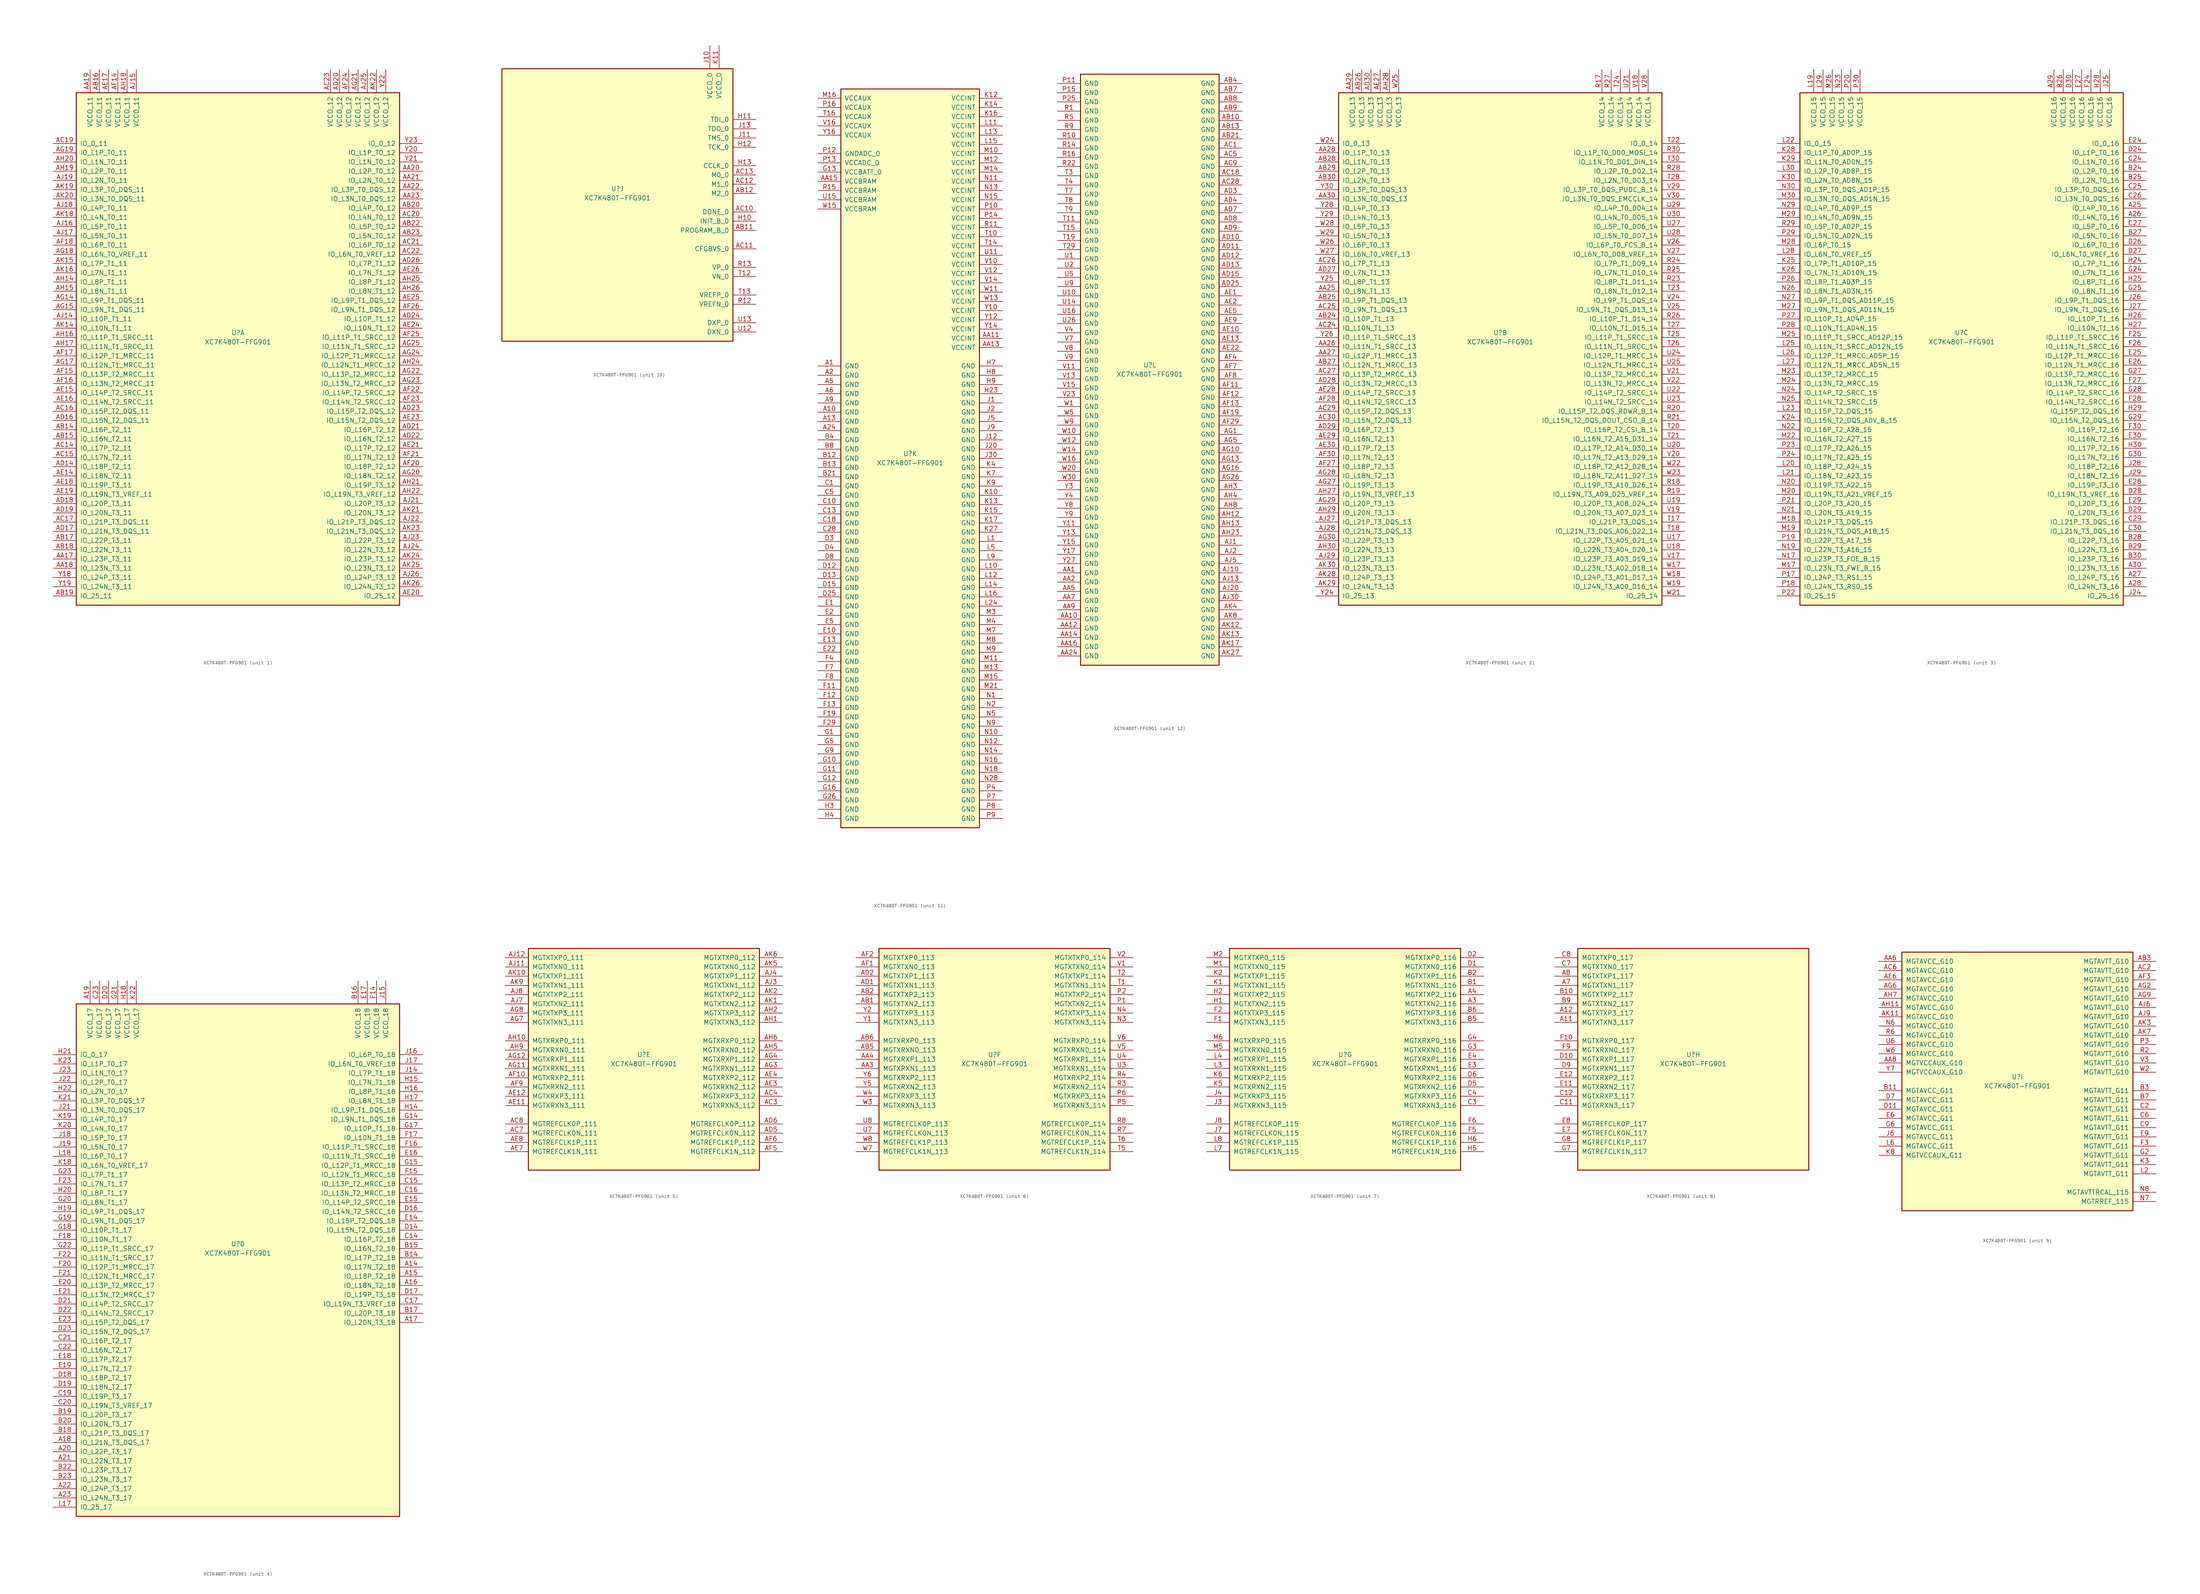
<source format=kicad_sym>
(kicad_symbol_lib
  (version 20201005)
  (generator kicad_symbol_editor)
  (symbol "FPGA_Xilinx_Kintex7:XC7K480T-FFG901"
    (pin_names
      (offset 1.016))
    (property "Reference" "U"
      (at 0 1.27 0)
      (effects (font (size 1.27 1.27))))
    (property "Value" "XC7K480T-FFG901"
      (at 0 -1.27 0)
      (effects (font (size 1.27 1.27))))
    (property "Datasheet" ""
      (at 0 0 0)
      (effects (font (size 1.27 1.27))))
    (property "ki_locked" ""
      (at 0 0 0)
      (effects (font (size 1.27 1.27))))
    (symbol "XC7K480T-FFG901_1_1"
      (rectangle (start -44.45 67.31) (end 44.45 -73.66) (stroke (width 0.254)) (fill (type background)))
      (pin power_in line (at -40.64 73.66 270) (length 6.35) (name "VCCO_11" (effects (font (size 1.27 1.27)))) (number "AA19" (effects (font (size 1.27 1.27)))))
      (pin power_in line (at -38.1 73.66 270) (length 6.35) (name "VCCO_11" (effects (font (size 1.27 1.27)))) (number "AB16" (effects (font (size 1.27 1.27)))))
      (pin power_in line (at -35.56 73.66 270) (length 6.35) (name "VCCO_11" (effects (font (size 1.27 1.27)))) (number "AE17" (effects (font (size 1.27 1.27)))))
      (pin power_in line (at -33.02 73.66 270) (length 6.35) (name "VCCO_11" (effects (font (size 1.27 1.27)))) (number "AF14" (effects (font (size 1.27 1.27)))))
      (pin power_in line (at -30.48 73.66 270) (length 6.35) (name "VCCO_11" (effects (font (size 1.27 1.27)))) (number "AH18" (effects (font (size 1.27 1.27)))))
      (pin power_in line (at -27.94 73.66 270) (length 6.35) (name "VCCO_11" (effects (font (size 1.27 1.27)))) (number "AJ15" (effects (font (size 1.27 1.27)))))
      (pin bidirectional line (at -50.8 53.34 0) (length 6.35) (name "IO_0_11" (effects (font (size 1.27 1.27)))) (number "AC19" (effects (font (size 1.27 1.27)))))
      (pin bidirectional line (at -50.8 50.8 0) (length 6.35) (name "IO_L1P_T0_11" (effects (font (size 1.27 1.27)))) (number "AG19" (effects (font (size 1.27 1.27)))))
      (pin bidirectional line (at -50.8 48.26 0) (length 6.35) (name "IO_L1N_T0_11" (effects (font (size 1.27 1.27)))) (number "AH20" (effects (font (size 1.27 1.27)))))
      (pin bidirectional line (at -50.8 45.72 0) (length 6.35) (name "IO_L2P_T0_11" (effects (font (size 1.27 1.27)))) (number "AH19" (effects (font (size 1.27 1.27)))))
      (pin bidirectional line (at -50.8 43.18 0) (length 6.35) (name "IO_L2N_T0_11" (effects (font (size 1.27 1.27)))) (number "AJ19" (effects (font (size 1.27 1.27)))))
      (pin bidirectional line (at -50.8 40.64 0) (length 6.35) (name "IO_L3P_T0_DQS_11" (effects (font (size 1.27 1.27)))) (number "AK19" (effects (font (size 1.27 1.27)))))
      (pin bidirectional line (at -50.8 38.1 0) (length 6.35) (name "IO_L3N_T0_DQS_11" (effects (font (size 1.27 1.27)))) (number "AK20" (effects (font (size 1.27 1.27)))))
      (pin bidirectional line (at -50.8 35.56 0) (length 6.35) (name "IO_L4P_T0_11" (effects (font (size 1.27 1.27)))) (number "AJ18" (effects (font (size 1.27 1.27)))))
      (pin bidirectional line (at -50.8 33.02 0) (length 6.35) (name "IO_L4N_T0_11" (effects (font (size 1.27 1.27)))) (number "AK18" (effects (font (size 1.27 1.27)))))
      (pin bidirectional line (at -50.8 30.48 0) (length 6.35) (name "IO_L5P_T0_11" (effects (font (size 1.27 1.27)))) (number "AJ16" (effects (font (size 1.27 1.27)))))
      (pin bidirectional line (at -50.8 27.94 0) (length 6.35) (name "IO_L5N_T0_11" (effects (font (size 1.27 1.27)))) (number "AJ17" (effects (font (size 1.27 1.27)))))
      (pin bidirectional line (at -50.8 25.4 0) (length 6.35) (name "IO_L6P_T0_11" (effects (font (size 1.27 1.27)))) (number "AF18" (effects (font (size 1.27 1.27)))))
      (pin bidirectional line (at -50.8 22.86 0) (length 6.35) (name "IO_L6N_T0_VREF_11" (effects (font (size 1.27 1.27)))) (number "AG18" (effects (font (size 1.27 1.27)))))
      (pin bidirectional line (at -50.8 20.32 0) (length 6.35) (name "IO_L7P_T1_11" (effects (font (size 1.27 1.27)))) (number "AK15" (effects (font (size 1.27 1.27)))))
      (pin bidirectional line (at -50.8 17.78 0) (length 6.35) (name "IO_L7N_T1_11" (effects (font (size 1.27 1.27)))) (number "AK16" (effects (font (size 1.27 1.27)))))
      (pin bidirectional line (at -50.8 15.24 0) (length 6.35) (name "IO_L8P_T1_11" (effects (font (size 1.27 1.27)))) (number "AH14" (effects (font (size 1.27 1.27)))))
      (pin bidirectional line (at -50.8 12.7 0) (length 6.35) (name "IO_L8N_T1_11" (effects (font (size 1.27 1.27)))) (number "AH15" (effects (font (size 1.27 1.27)))))
      (pin bidirectional line (at -50.8 10.16 0) (length 6.35) (name "IO_L9P_T1_DQS_11" (effects (font (size 1.27 1.27)))) (number "AG14" (effects (font (size 1.27 1.27)))))
      (pin bidirectional line (at -50.8 7.62 0) (length 6.35) (name "IO_L9N_T1_DQS_11" (effects (font (size 1.27 1.27)))) (number "AG15" (effects (font (size 1.27 1.27)))))
      (pin bidirectional line (at -50.8 5.08 0) (length 6.35) (name "IO_L10P_T1_11" (effects (font (size 1.27 1.27)))) (number "AJ14" (effects (font (size 1.27 1.27)))))
      (pin bidirectional line (at -50.8 2.54 0) (length 6.35) (name "IO_L10N_T1_11" (effects (font (size 1.27 1.27)))) (number "AK14" (effects (font (size 1.27 1.27)))))
      (pin bidirectional line (at -50.8 0 0) (length 6.35) (name "IO_L11P_T1_SRCC_11" (effects (font (size 1.27 1.27)))) (number "AH16" (effects (font (size 1.27 1.27)))))
      (pin bidirectional line (at -50.8 -2.54 0) (length 6.35) (name "IO_L11N_T1_SRCC_11" (effects (font (size 1.27 1.27)))) (number "AH17" (effects (font (size 1.27 1.27)))))
      (pin bidirectional line (at -50.8 -5.08 0) (length 6.35) (name "IO_L12P_T1_MRCC_11" (effects (font (size 1.27 1.27)))) (number "AF17" (effects (font (size 1.27 1.27)))))
      (pin bidirectional line (at -50.8 -7.62 0) (length 6.35) (name "IO_L12N_T1_MRCC_11" (effects (font (size 1.27 1.27)))) (number "AG17" (effects (font (size 1.27 1.27)))))
      (pin bidirectional line (at -50.8 -10.16 0) (length 6.35) (name "IO_L13P_T2_MRCC_11" (effects (font (size 1.27 1.27)))) (number "AF15" (effects (font (size 1.27 1.27)))))
      (pin bidirectional line (at -50.8 -12.7 0) (length 6.35) (name "IO_L13N_T2_MRCC_11" (effects (font (size 1.27 1.27)))) (number "AF16" (effects (font (size 1.27 1.27)))))
      (pin bidirectional line (at -50.8 -15.24 0) (length 6.35) (name "IO_L14P_T2_SRCC_11" (effects (font (size 1.27 1.27)))) (number "AE15" (effects (font (size 1.27 1.27)))))
      (pin bidirectional line (at -50.8 -17.78 0) (length 6.35) (name "IO_L14N_T2_SRCC_11" (effects (font (size 1.27 1.27)))) (number "AE16" (effects (font (size 1.27 1.27)))))
      (pin bidirectional line (at -50.8 -20.32 0) (length 6.35) (name "IO_L15P_T2_DQS_11" (effects (font (size 1.27 1.27)))) (number "AC16" (effects (font (size 1.27 1.27)))))
      (pin bidirectional line (at -50.8 -22.86 0) (length 6.35) (name "IO_L15N_T2_DQS_11" (effects (font (size 1.27 1.27)))) (number "AD16" (effects (font (size 1.27 1.27)))))
      (pin bidirectional line (at -50.8 -25.4 0) (length 6.35) (name "IO_L16P_T2_11" (effects (font (size 1.27 1.27)))) (number "AB14" (effects (font (size 1.27 1.27)))))
      (pin bidirectional line (at -50.8 -27.94 0) (length 6.35) (name "IO_L16N_T2_11" (effects (font (size 1.27 1.27)))) (number "AB15" (effects (font (size 1.27 1.27)))))
      (pin bidirectional line (at -50.8 -30.48 0) (length 6.35) (name "IO_L17P_T2_11" (effects (font (size 1.27 1.27)))) (number "AC14" (effects (font (size 1.27 1.27)))))
      (pin bidirectional line (at -50.8 -33.02 0) (length 6.35) (name "IO_L17N_T2_11" (effects (font (size 1.27 1.27)))) (number "AC15" (effects (font (size 1.27 1.27)))))
      (pin bidirectional line (at -50.8 -35.56 0) (length 6.35) (name "IO_L18P_T2_11" (effects (font (size 1.27 1.27)))) (number "AD14" (effects (font (size 1.27 1.27)))))
      (pin bidirectional line (at -50.8 -38.1 0) (length 6.35) (name "IO_L18N_T2_11" (effects (font (size 1.27 1.27)))) (number "AE14" (effects (font (size 1.27 1.27)))))
      (pin bidirectional line (at -50.8 -40.64 0) (length 6.35) (name "IO_L19P_T3_11" (effects (font (size 1.27 1.27)))) (number "AE18" (effects (font (size 1.27 1.27)))))
      (pin bidirectional line (at -50.8 -43.18 0) (length 6.35) (name "IO_L19N_T3_VREF_11" (effects (font (size 1.27 1.27)))) (number "AE19" (effects (font (size 1.27 1.27)))))
      (pin bidirectional line (at -50.8 -45.72 0) (length 6.35) (name "IO_L20P_T3_11" (effects (font (size 1.27 1.27)))) (number "AD18" (effects (font (size 1.27 1.27)))))
      (pin bidirectional line (at -50.8 -48.26 0) (length 6.35) (name "IO_L20N_T3_11" (effects (font (size 1.27 1.27)))) (number "AD19" (effects (font (size 1.27 1.27)))))
      (pin bidirectional line (at -50.8 -50.8 0) (length 6.35) (name "IO_L21P_T3_DQS_11" (effects (font (size 1.27 1.27)))) (number "AC17" (effects (font (size 1.27 1.27)))))
      (pin bidirectional line (at -50.8 -53.34 0) (length 6.35) (name "IO_L21N_T3_DQS_11" (effects (font (size 1.27 1.27)))) (number "AD17" (effects (font (size 1.27 1.27)))))
      (pin bidirectional line (at -50.8 -55.88 0) (length 6.35) (name "IO_L22P_T3_11" (effects (font (size 1.27 1.27)))) (number "AB17" (effects (font (size 1.27 1.27)))))
      (pin bidirectional line (at -50.8 -58.42 0) (length 6.35) (name "IO_L22N_T3_11" (effects (font (size 1.27 1.27)))) (number "AB18" (effects (font (size 1.27 1.27)))))
      (pin bidirectional line (at -50.8 -60.96 0) (length 6.35) (name "IO_L23P_T3_11" (effects (font (size 1.27 1.27)))) (number "AA17" (effects (font (size 1.27 1.27)))))
      (pin bidirectional line (at -50.8 -63.5 0) (length 6.35) (name "IO_L23N_T3_11" (effects (font (size 1.27 1.27)))) (number "AA18" (effects (font (size 1.27 1.27)))))
      (pin bidirectional line (at -50.8 -66.04 0) (length 6.35) (name "IO_L24P_T3_11" (effects (font (size 1.27 1.27)))) (number "Y18" (effects (font (size 1.27 1.27)))))
      (pin bidirectional line (at -50.8 -68.58 0) (length 6.35) (name "IO_L24N_T3_11" (effects (font (size 1.27 1.27)))) (number "Y19" (effects (font (size 1.27 1.27)))))
      (pin bidirectional line (at -50.8 -71.12 0) (length 6.35) (name "IO_25_11" (effects (font (size 1.27 1.27)))) (number "AB19" (effects (font (size 1.27 1.27)))))
      (pin power_in line (at 25.4 73.66 270) (length 6.35) (name "VCCO_12" (effects (font (size 1.27 1.27)))) (number "AC23" (effects (font (size 1.27 1.27)))))
      (pin power_in line (at 27.94 73.66 270) (length 6.35) (name "VCCO_12" (effects (font (size 1.27 1.27)))) (number "AD20" (effects (font (size 1.27 1.27)))))
      (pin power_in line (at 30.48 73.66 270) (length 6.35) (name "VCCO_12" (effects (font (size 1.27 1.27)))) (number "AF24" (effects (font (size 1.27 1.27)))))
      (pin power_in line (at 33.02 73.66 270) (length 6.35) (name "VCCO_12" (effects (font (size 1.27 1.27)))) (number "AG21" (effects (font (size 1.27 1.27)))))
      (pin power_in line (at 35.56 73.66 270) (length 6.35) (name "VCCO_12" (effects (font (size 1.27 1.27)))) (number "AJ25" (effects (font (size 1.27 1.27)))))
      (pin power_in line (at 38.1 73.66 270) (length 6.35) (name "VCCO_12" (effects (font (size 1.27 1.27)))) (number "AK22" (effects (font (size 1.27 1.27)))))
      (pin power_in line (at 40.64 73.66 270) (length 6.35) (name "VCCO_12" (effects (font (size 1.27 1.27)))) (number "Y22" (effects (font (size 1.27 1.27)))))
      (pin bidirectional line (at 50.8 53.34 180) (length 6.35) (name "IO_0_12" (effects (font (size 1.27 1.27)))) (number "Y23" (effects (font (size 1.27 1.27)))))
      (pin bidirectional line (at 50.8 50.8 180) (length 6.35) (name "IO_L1P_T0_12" (effects (font (size 1.27 1.27)))) (number "Y20" (effects (font (size 1.27 1.27)))))
      (pin bidirectional line (at 50.8 48.26 180) (length 6.35) (name "IO_L1N_T0_12" (effects (font (size 1.27 1.27)))) (number "Y21" (effects (font (size 1.27 1.27)))))
      (pin bidirectional line (at 50.8 45.72 180) (length 6.35) (name "IO_L2P_T0_12" (effects (font (size 1.27 1.27)))) (number "AA20" (effects (font (size 1.27 1.27)))))
      (pin bidirectional line (at 50.8 43.18 180) (length 6.35) (name "IO_L2N_T0_12" (effects (font (size 1.27 1.27)))) (number "AA21" (effects (font (size 1.27 1.27)))))
      (pin bidirectional line (at 50.8 40.64 180) (length 6.35) (name "IO_L3P_T0_DQS_12" (effects (font (size 1.27 1.27)))) (number "AA22" (effects (font (size 1.27 1.27)))))
      (pin bidirectional line (at 50.8 38.1 180) (length 6.35) (name "IO_L3N_T0_DQS_12" (effects (font (size 1.27 1.27)))) (number "AA23" (effects (font (size 1.27 1.27)))))
      (pin bidirectional line (at 50.8 35.56 180) (length 6.35) (name "IO_L4P_T0_12" (effects (font (size 1.27 1.27)))) (number "AB20" (effects (font (size 1.27 1.27)))))
      (pin bidirectional line (at 50.8 33.02 180) (length 6.35) (name "IO_L4N_T0_12" (effects (font (size 1.27 1.27)))) (number "AC20" (effects (font (size 1.27 1.27)))))
      (pin bidirectional line (at 50.8 30.48 180) (length 6.35) (name "IO_L5P_T0_12" (effects (font (size 1.27 1.27)))) (number "AB22" (effects (font (size 1.27 1.27)))))
      (pin bidirectional line (at 50.8 27.94 180) (length 6.35) (name "IO_L5N_T0_12" (effects (font (size 1.27 1.27)))) (number "AB23" (effects (font (size 1.27 1.27)))))
      (pin bidirectional line (at 50.8 25.4 180) (length 6.35) (name "IO_L6P_T0_12" (effects (font (size 1.27 1.27)))) (number "AC21" (effects (font (size 1.27 1.27)))))
      (pin bidirectional line (at 50.8 22.86 180) (length 6.35) (name "IO_L6N_T0_VREF_12" (effects (font (size 1.27 1.27)))) (number "AC22" (effects (font (size 1.27 1.27)))))
      (pin bidirectional line (at 50.8 20.32 180) (length 6.35) (name "IO_L7P_T1_12" (effects (font (size 1.27 1.27)))) (number "AD26" (effects (font (size 1.27 1.27)))))
      (pin bidirectional line (at 50.8 17.78 180) (length 6.35) (name "IO_L7N_T1_12" (effects (font (size 1.27 1.27)))) (number "AE26" (effects (font (size 1.27 1.27)))))
      (pin bidirectional line (at 50.8 15.24 180) (length 6.35) (name "IO_L8P_T1_12" (effects (font (size 1.27 1.27)))) (number "AH25" (effects (font (size 1.27 1.27)))))
      (pin bidirectional line (at 50.8 12.7 180) (length 6.35) (name "IO_L8N_T1_12" (effects (font (size 1.27 1.27)))) (number "AH26" (effects (font (size 1.27 1.27)))))
      (pin bidirectional line (at 50.8 10.16 180) (length 6.35) (name "IO_L9P_T1_DQS_12" (effects (font (size 1.27 1.27)))) (number "AE25" (effects (font (size 1.27 1.27)))))
      (pin bidirectional line (at 50.8 7.62 180) (length 6.35) (name "IO_L9N_T1_DQS_12" (effects (font (size 1.27 1.27)))) (number "AF26" (effects (font (size 1.27 1.27)))))
      (pin bidirectional line (at 50.8 5.08 180) (length 6.35) (name "IO_L10P_T1_12" (effects (font (size 1.27 1.27)))) (number "AD24" (effects (font (size 1.27 1.27)))))
      (pin bidirectional line (at 50.8 2.54 180) (length 6.35) (name "IO_L10N_T1_12" (effects (font (size 1.27 1.27)))) (number "AE24" (effects (font (size 1.27 1.27)))))
      (pin bidirectional line (at 50.8 0 180) (length 6.35) (name "IO_L11P_T1_SRCC_12" (effects (font (size 1.27 1.27)))) (number "AF25" (effects (font (size 1.27 1.27)))))
      (pin bidirectional line (at 50.8 -2.54 180) (length 6.35) (name "IO_L11N_T1_SRCC_12" (effects (font (size 1.27 1.27)))) (number "AG25" (effects (font (size 1.27 1.27)))))
      (pin bidirectional line (at 50.8 -5.08 180) (length 6.35) (name "IO_L12P_T1_MRCC_12" (effects (font (size 1.27 1.27)))) (number "AG24" (effects (font (size 1.27 1.27)))))
      (pin bidirectional line (at 50.8 -7.62 180) (length 6.35) (name "IO_L12N_T1_MRCC_12" (effects (font (size 1.27 1.27)))) (number "AH24" (effects (font (size 1.27 1.27)))))
      (pin bidirectional line (at 50.8 -10.16 180) (length 6.35) (name "IO_L13P_T2_MRCC_12" (effects (font (size 1.27 1.27)))) (number "AG22" (effects (font (size 1.27 1.27)))))
      (pin bidirectional line (at 50.8 -12.7 180) (length 6.35) (name "IO_L13N_T2_MRCC_12" (effects (font (size 1.27 1.27)))) (number "AG23" (effects (font (size 1.27 1.27)))))
      (pin bidirectional line (at 50.8 -15.24 180) (length 6.35) (name "IO_L14P_T2_SRCC_12" (effects (font (size 1.27 1.27)))) (number "AF22" (effects (font (size 1.27 1.27)))))
      (pin bidirectional line (at 50.8 -17.78 180) (length 6.35) (name "IO_L14N_T2_SRCC_12" (effects (font (size 1.27 1.27)))) (number "AF23" (effects (font (size 1.27 1.27)))))
      (pin bidirectional line (at 50.8 -20.32 180) (length 6.35) (name "IO_L15P_T2_DQS_12" (effects (font (size 1.27 1.27)))) (number "AD23" (effects (font (size 1.27 1.27)))))
      (pin bidirectional line (at 50.8 -22.86 180) (length 6.35) (name "IO_L15N_T2_DQS_12" (effects (font (size 1.27 1.27)))) (number "AE23" (effects (font (size 1.27 1.27)))))
      (pin bidirectional line (at 50.8 -25.4 180) (length 6.35) (name "IO_L16P_T2_12" (effects (font (size 1.27 1.27)))) (number "AD21" (effects (font (size 1.27 1.27)))))
      (pin bidirectional line (at 50.8 -27.94 180) (length 6.35) (name "IO_L16N_T2_12" (effects (font (size 1.27 1.27)))) (number "AD22" (effects (font (size 1.27 1.27)))))
      (pin bidirectional line (at 50.8 -30.48 180) (length 6.35) (name "IO_L17P_T2_12" (effects (font (size 1.27 1.27)))) (number "AE21" (effects (font (size 1.27 1.27)))))
      (pin bidirectional line (at 50.8 -33.02 180) (length 6.35) (name "IO_L17N_T2_12" (effects (font (size 1.27 1.27)))) (number "AF21" (effects (font (size 1.27 1.27)))))
      (pin bidirectional line (at 50.8 -35.56 180) (length 6.35) (name "IO_L18P_T2_12" (effects (font (size 1.27 1.27)))) (number "AF20" (effects (font (size 1.27 1.27)))))
      (pin bidirectional line (at 50.8 -38.1 180) (length 6.35) (name "IO_L18N_T2_12" (effects (font (size 1.27 1.27)))) (number "AG20" (effects (font (size 1.27 1.27)))))
      (pin bidirectional line (at 50.8 -40.64 180) (length 6.35) (name "IO_L19P_T3_12" (effects (font (size 1.27 1.27)))) (number "AH21" (effects (font (size 1.27 1.27)))))
      (pin bidirectional line (at 50.8 -43.18 180) (length 6.35) (name "IO_L19N_T3_VREF_12" (effects (font (size 1.27 1.27)))) (number "AH22" (effects (font (size 1.27 1.27)))))
      (pin bidirectional line (at 50.8 -45.72 180) (length 6.35) (name "IO_L20P_T3_12" (effects (font (size 1.27 1.27)))) (number "AJ21" (effects (font (size 1.27 1.27)))))
      (pin bidirectional line (at 50.8 -48.26 180) (length 6.35) (name "IO_L20N_T3_12" (effects (font (size 1.27 1.27)))) (number "AK21" (effects (font (size 1.27 1.27)))))
      (pin bidirectional line (at 50.8 -50.8 180) (length 6.35) (name "IO_L21P_T3_DQS_12" (effects (font (size 1.27 1.27)))) (number "AJ22" (effects (font (size 1.27 1.27)))))
      (pin bidirectional line (at 50.8 -53.34 180) (length 6.35) (name "IO_L21N_T3_DQS_12" (effects (font (size 1.27 1.27)))) (number "AK23" (effects (font (size 1.27 1.27)))))
      (pin bidirectional line (at 50.8 -55.88 180) (length 6.35) (name "IO_L22P_T3_12" (effects (font (size 1.27 1.27)))) (number "AJ23" (effects (font (size 1.27 1.27)))))
      (pin bidirectional line (at 50.8 -58.42 180) (length 6.35) (name "IO_L22N_T3_12" (effects (font (size 1.27 1.27)))) (number "AJ24" (effects (font (size 1.27 1.27)))))
      (pin bidirectional line (at 50.8 -60.96 180) (length 6.35) (name "IO_L23P_T3_12" (effects (font (size 1.27 1.27)))) (number "AK24" (effects (font (size 1.27 1.27)))))
      (pin bidirectional line (at 50.8 -63.5 180) (length 6.35) (name "IO_L23N_T3_12" (effects (font (size 1.27 1.27)))) (number "AK25" (effects (font (size 1.27 1.27)))))
      (pin bidirectional line (at 50.8 -66.04 180) (length 6.35) (name "IO_L24P_T3_12" (effects (font (size 1.27 1.27)))) (number "AJ26" (effects (font (size 1.27 1.27)))))
      (pin bidirectional line (at 50.8 -68.58 180) (length 6.35) (name "IO_L24N_T3_12" (effects (font (size 1.27 1.27)))) (number "AK26" (effects (font (size 1.27 1.27)))))
      (pin bidirectional line (at 50.8 -71.12 180) (length 6.35) (name "IO_25_12" (effects (font (size 1.27 1.27)))) (number "AE20" (effects (font (size 1.27 1.27))))))
    (symbol "XC7K480T-FFG901_2_1"
      (rectangle (start -44.45 67.31) (end 44.45 -73.66) (stroke (width 0.254)) (fill (type background)))
      (pin power_in line (at -40.64 73.66 270) (length 6.35) (name "VCCO_13" (effects (font (size 1.27 1.27)))) (number "AA29" (effects (font (size 1.27 1.27)))))
      (pin power_in line (at -38.1 73.66 270) (length 6.35) (name "VCCO_13" (effects (font (size 1.27 1.27)))) (number "AB26" (effects (font (size 1.27 1.27)))))
      (pin power_in line (at -35.56 73.66 270) (length 6.35) (name "VCCO_13" (effects (font (size 1.27 1.27)))) (number "AD30" (effects (font (size 1.27 1.27)))))
      (pin power_in line (at -33.02 73.66 270) (length 6.35) (name "VCCO_13" (effects (font (size 1.27 1.27)))) (number "AE27" (effects (font (size 1.27 1.27)))))
      (pin power_in line (at -30.48 73.66 270) (length 6.35) (name "VCCO_13" (effects (font (size 1.27 1.27)))) (number "AH28" (effects (font (size 1.27 1.27)))))
      (pin power_in line (at -27.94 73.66 270) (length 6.35) (name "VCCO_13" (effects (font (size 1.27 1.27)))) (number "W25" (effects (font (size 1.27 1.27)))))
      (pin bidirectional line (at -50.8 53.34 0) (length 6.35) (name "IO_0_13" (effects (font (size 1.27 1.27)))) (number "W24" (effects (font (size 1.27 1.27)))))
      (pin bidirectional line (at -50.8 50.8 0) (length 6.35) (name "IO_L1P_T0_13" (effects (font (size 1.27 1.27)))) (number "AA28" (effects (font (size 1.27 1.27)))))
      (pin bidirectional line (at -50.8 48.26 0) (length 6.35) (name "IO_L1N_T0_13" (effects (font (size 1.27 1.27)))) (number "AB28" (effects (font (size 1.27 1.27)))))
      (pin bidirectional line (at -50.8 45.72 0) (length 6.35) (name "IO_L2P_T0_13" (effects (font (size 1.27 1.27)))) (number "AB29" (effects (font (size 1.27 1.27)))))
      (pin bidirectional line (at -50.8 43.18 0) (length 6.35) (name "IO_L2N_T0_13" (effects (font (size 1.27 1.27)))) (number "AB30" (effects (font (size 1.27 1.27)))))
      (pin bidirectional line (at -50.8 40.64 0) (length 6.35) (name "IO_L3P_T0_DQS_13" (effects (font (size 1.27 1.27)))) (number "Y30" (effects (font (size 1.27 1.27)))))
      (pin bidirectional line (at -50.8 38.1 0) (length 6.35) (name "IO_L3N_T0_DQS_13" (effects (font (size 1.27 1.27)))) (number "AA30" (effects (font (size 1.27 1.27)))))
      (pin bidirectional line (at -50.8 35.56 0) (length 6.35) (name "IO_L4P_T0_13" (effects (font (size 1.27 1.27)))) (number "Y28" (effects (font (size 1.27 1.27)))))
      (pin bidirectional line (at -50.8 33.02 0) (length 6.35) (name "IO_L4N_T0_13" (effects (font (size 1.27 1.27)))) (number "Y29" (effects (font (size 1.27 1.27)))))
      (pin bidirectional line (at -50.8 30.48 0) (length 6.35) (name "IO_L5P_T0_13" (effects (font (size 1.27 1.27)))) (number "W28" (effects (font (size 1.27 1.27)))))
      (pin bidirectional line (at -50.8 27.94 0) (length 6.35) (name "IO_L5N_T0_13" (effects (font (size 1.27 1.27)))) (number "W29" (effects (font (size 1.27 1.27)))))
      (pin bidirectional line (at -50.8 25.4 0) (length 6.35) (name "IO_L6P_T0_13" (effects (font (size 1.27 1.27)))) (number "W26" (effects (font (size 1.27 1.27)))))
      (pin bidirectional line (at -50.8 22.86 0) (length 6.35) (name "IO_L6N_T0_VREF_13" (effects (font (size 1.27 1.27)))) (number "W27" (effects (font (size 1.27 1.27)))))
      (pin bidirectional line (at -50.8 20.32 0) (length 6.35) (name "IO_L7P_T1_13" (effects (font (size 1.27 1.27)))) (number "AC26" (effects (font (size 1.27 1.27)))))
      (pin bidirectional line (at -50.8 17.78 0) (length 6.35) (name "IO_L7N_T1_13" (effects (font (size 1.27 1.27)))) (number "AD27" (effects (font (size 1.27 1.27)))))
      (pin bidirectional line (at -50.8 15.24 0) (length 6.35) (name "IO_L8P_T1_13" (effects (font (size 1.27 1.27)))) (number "Y25" (effects (font (size 1.27 1.27)))))
      (pin bidirectional line (at -50.8 12.7 0) (length 6.35) (name "IO_L8N_T1_13" (effects (font (size 1.27 1.27)))) (number "AA25" (effects (font (size 1.27 1.27)))))
      (pin bidirectional line (at -50.8 10.16 0) (length 6.35) (name "IO_L9P_T1_DQS_13" (effects (font (size 1.27 1.27)))) (number "AB25" (effects (font (size 1.27 1.27)))))
      (pin bidirectional line (at -50.8 7.62 0) (length 6.35) (name "IO_L9N_T1_DQS_13" (effects (font (size 1.27 1.27)))) (number "AC25" (effects (font (size 1.27 1.27)))))
      (pin bidirectional line (at -50.8 5.08 0) (length 6.35) (name "IO_L10P_T1_13" (effects (font (size 1.27 1.27)))) (number "AB24" (effects (font (size 1.27 1.27)))))
      (pin bidirectional line (at -50.8 2.54 0) (length 6.35) (name "IO_L10N_T1_13" (effects (font (size 1.27 1.27)))) (number "AC24" (effects (font (size 1.27 1.27)))))
      (pin bidirectional line (at -50.8 0 0) (length 6.35) (name "IO_L11P_T1_SRCC_13" (effects (font (size 1.27 1.27)))) (number "Y26" (effects (font (size 1.27 1.27)))))
      (pin bidirectional line (at -50.8 -2.54 0) (length 6.35) (name "IO_L11N_T1_SRCC_13" (effects (font (size 1.27 1.27)))) (number "AA26" (effects (font (size 1.27 1.27)))))
      (pin bidirectional line (at -50.8 -5.08 0) (length 6.35) (name "IO_L12P_T1_MRCC_13" (effects (font (size 1.27 1.27)))) (number "AA27" (effects (font (size 1.27 1.27)))))
      (pin bidirectional line (at -50.8 -7.62 0) (length 6.35) (name "IO_L12N_T1_MRCC_13" (effects (font (size 1.27 1.27)))) (number "AB27" (effects (font (size 1.27 1.27)))))
      (pin bidirectional line (at -50.8 -10.16 0) (length 6.35) (name "IO_L13P_T2_MRCC_13" (effects (font (size 1.27 1.27)))) (number "AC27" (effects (font (size 1.27 1.27)))))
      (pin bidirectional line (at -50.8 -12.7 0) (length 6.35) (name "IO_L13N_T2_MRCC_13" (effects (font (size 1.27 1.27)))) (number "AD28" (effects (font (size 1.27 1.27)))))
      (pin bidirectional line (at -50.8 -15.24 0) (length 6.35) (name "IO_L14P_T2_SRCC_13" (effects (font (size 1.27 1.27)))) (number "AE28" (effects (font (size 1.27 1.27)))))
      (pin bidirectional line (at -50.8 -17.78 0) (length 6.35) (name "IO_L14N_T2_SRCC_13" (effects (font (size 1.27 1.27)))) (number "AF28" (effects (font (size 1.27 1.27)))))
      (pin bidirectional line (at -50.8 -20.32 0) (length 6.35) (name "IO_L15P_T2_DQS_13" (effects (font (size 1.27 1.27)))) (number "AC29" (effects (font (size 1.27 1.27)))))
      (pin bidirectional line (at -50.8 -22.86 0) (length 6.35) (name "IO_L15N_T2_DQS_13" (effects (font (size 1.27 1.27)))) (number "AC30" (effects (font (size 1.27 1.27)))))
      (pin bidirectional line (at -50.8 -25.4 0) (length 6.35) (name "IO_L16P_T2_13" (effects (font (size 1.27 1.27)))) (number "AD29" (effects (font (size 1.27 1.27)))))
      (pin bidirectional line (at -50.8 -27.94 0) (length 6.35) (name "IO_L16N_T2_13" (effects (font (size 1.27 1.27)))) (number "AE29" (effects (font (size 1.27 1.27)))))
      (pin bidirectional line (at -50.8 -30.48 0) (length 6.35) (name "IO_L17P_T2_13" (effects (font (size 1.27 1.27)))) (number "AE30" (effects (font (size 1.27 1.27)))))
      (pin bidirectional line (at -50.8 -33.02 0) (length 6.35) (name "IO_L17N_T2_13" (effects (font (size 1.27 1.27)))) (number "AF30" (effects (font (size 1.27 1.27)))))
      (pin bidirectional line (at -50.8 -35.56 0) (length 6.35) (name "IO_L18P_T2_13" (effects (font (size 1.27 1.27)))) (number "AF27" (effects (font (size 1.27 1.27)))))
      (pin bidirectional line (at -50.8 -38.1 0) (length 6.35) (name "IO_L18N_T2_13" (effects (font (size 1.27 1.27)))) (number "AG28" (effects (font (size 1.27 1.27)))))
      (pin bidirectional line (at -50.8 -40.64 0) (length 6.35) (name "IO_L19P_T3_13" (effects (font (size 1.27 1.27)))) (number "AG27" (effects (font (size 1.27 1.27)))))
      (pin bidirectional line (at -50.8 -43.18 0) (length 6.35) (name "IO_L19N_T3_VREF_13" (effects (font (size 1.27 1.27)))) (number "AH27" (effects (font (size 1.27 1.27)))))
      (pin bidirectional line (at -50.8 -45.72 0) (length 6.35) (name "IO_L20P_T3_13" (effects (font (size 1.27 1.27)))) (number "AG29" (effects (font (size 1.27 1.27)))))
      (pin bidirectional line (at -50.8 -48.26 0) (length 6.35) (name "IO_L20N_T3_13" (effects (font (size 1.27 1.27)))) (number "AH29" (effects (font (size 1.27 1.27)))))
      (pin bidirectional line (at -50.8 -50.8 0) (length 6.35) (name "IO_L21P_T3_DQS_13" (effects (font (size 1.27 1.27)))) (number "AJ27" (effects (font (size 1.27 1.27)))))
      (pin bidirectional line (at -50.8 -53.34 0) (length 6.35) (name "IO_L21N_T3_DQS_13" (effects (font (size 1.27 1.27)))) (number "AJ28" (effects (font (size 1.27 1.27)))))
      (pin bidirectional line (at -50.8 -55.88 0) (length 6.35) (name "IO_L22P_T3_13" (effects (font (size 1.27 1.27)))) (number "AG30" (effects (font (size 1.27 1.27)))))
      (pin bidirectional line (at -50.8 -58.42 0) (length 6.35) (name "IO_L22N_T3_13" (effects (font (size 1.27 1.27)))) (number "AH30" (effects (font (size 1.27 1.27)))))
      (pin bidirectional line (at -50.8 -60.96 0) (length 6.35) (name "IO_L23P_T3_13" (effects (font (size 1.27 1.27)))) (number "AJ29" (effects (font (size 1.27 1.27)))))
      (pin bidirectional line (at -50.8 -63.5 0) (length 6.35) (name "IO_L23N_T3_13" (effects (font (size 1.27 1.27)))) (number "AK30" (effects (font (size 1.27 1.27)))))
      (pin bidirectional line (at -50.8 -66.04 0) (length 6.35) (name "IO_L24P_T3_13" (effects (font (size 1.27 1.27)))) (number "AK28" (effects (font (size 1.27 1.27)))))
      (pin bidirectional line (at -50.8 -68.58 0) (length 6.35) (name "IO_L24N_T3_13" (effects (font (size 1.27 1.27)))) (number "AK29" (effects (font (size 1.27 1.27)))))
      (pin bidirectional line (at -50.8 -71.12 0) (length 6.35) (name "IO_25_13" (effects (font (size 1.27 1.27)))) (number "Y24" (effects (font (size 1.27 1.27)))))
      (pin power_in line (at 27.94 73.66 270) (length 6.35) (name "VCCO_14" (effects (font (size 1.27 1.27)))) (number "R17" (effects (font (size 1.27 1.27)))))
      (pin power_in line (at 30.48 73.66 270) (length 6.35) (name "VCCO_14" (effects (font (size 1.27 1.27)))) (number "R27" (effects (font (size 1.27 1.27)))))
      (pin power_in line (at 33.02 73.66 270) (length 6.35) (name "VCCO_14" (effects (font (size 1.27 1.27)))) (number "T24" (effects (font (size 1.27 1.27)))))
      (pin power_in line (at 35.56 73.66 270) (length 6.35) (name "VCCO_14" (effects (font (size 1.27 1.27)))) (number "U21" (effects (font (size 1.27 1.27)))))
      (pin power_in line (at 38.1 73.66 270) (length 6.35) (name "VCCO_14" (effects (font (size 1.27 1.27)))) (number "V18" (effects (font (size 1.27 1.27)))))
      (pin power_in line (at 40.64 73.66 270) (length 6.35) (name "VCCO_14" (effects (font (size 1.27 1.27)))) (number "V28" (effects (font (size 1.27 1.27)))))
      (pin bidirectional line (at 50.8 53.34 180) (length 6.35) (name "IO_0_14" (effects (font (size 1.27 1.27)))) (number "T22" (effects (font (size 1.27 1.27)))))
      (pin bidirectional line (at 50.8 50.8 180) (length 6.35) (name "IO_L1P_T0_D00_MOSI_14" (effects (font (size 1.27 1.27)))) (number "R30" (effects (font (size 1.27 1.27)))))
      (pin bidirectional line (at 50.8 48.26 180) (length 6.35) (name "IO_L1N_T0_D01_DIN_14" (effects (font (size 1.27 1.27)))) (number "T30" (effects (font (size 1.27 1.27)))))
      (pin bidirectional line (at 50.8 45.72 180) (length 6.35) (name "IO_L2P_T0_D02_14" (effects (font (size 1.27 1.27)))) (number "R28" (effects (font (size 1.27 1.27)))))
      (pin bidirectional line (at 50.8 43.18 180) (length 6.35) (name "IO_L2N_T0_D03_14" (effects (font (size 1.27 1.27)))) (number "T28" (effects (font (size 1.27 1.27)))))
      (pin bidirectional line (at 50.8 40.64 180) (length 6.35) (name "IO_L3P_T0_DQS_PUDC_B_14" (effects (font (size 1.27 1.27)))) (number "V29" (effects (font (size 1.27 1.27)))))
      (pin bidirectional line (at 50.8 38.1 180) (length 6.35) (name "IO_L3N_T0_DQS_EMCCLK_14" (effects (font (size 1.27 1.27)))) (number "V30" (effects (font (size 1.27 1.27)))))
      (pin bidirectional line (at 50.8 35.56 180) (length 6.35) (name "IO_L4P_T0_D04_14" (effects (font (size 1.27 1.27)))) (number "U29" (effects (font (size 1.27 1.27)))))
      (pin bidirectional line (at 50.8 33.02 180) (length 6.35) (name "IO_L4N_T0_D05_14" (effects (font (size 1.27 1.27)))) (number "U30" (effects (font (size 1.27 1.27)))))
      (pin bidirectional line (at 50.8 30.48 180) (length 6.35) (name "IO_L5P_T0_D06_14" (effects (font (size 1.27 1.27)))) (number "U27" (effects (font (size 1.27 1.27)))))
      (pin bidirectional line (at 50.8 27.94 180) (length 6.35) (name "IO_L5N_T0_D07_14" (effects (font (size 1.27 1.27)))) (number "U28" (effects (font (size 1.27 1.27)))))
      (pin bidirectional line (at 50.8 25.4 180) (length 6.35) (name "IO_L6P_T0_FCS_B_14" (effects (font (size 1.27 1.27)))) (number "V26" (effects (font (size 1.27 1.27)))))
      (pin bidirectional line (at 50.8 22.86 180) (length 6.35) (name "IO_L6N_T0_D08_VREF_14" (effects (font (size 1.27 1.27)))) (number "V27" (effects (font (size 1.27 1.27)))))
      (pin bidirectional line (at 50.8 20.32 180) (length 6.35) (name "IO_L7P_T1_D09_14" (effects (font (size 1.27 1.27)))) (number "R24" (effects (font (size 1.27 1.27)))))
      (pin bidirectional line (at 50.8 17.78 180) (length 6.35) (name "IO_L7N_T1_D10_14" (effects (font (size 1.27 1.27)))) (number "R25" (effects (font (size 1.27 1.27)))))
      (pin bidirectional line (at 50.8 15.24 180) (length 6.35) (name "IO_L8P_T1_D11_14" (effects (font (size 1.27 1.27)))) (number "R23" (effects (font (size 1.27 1.27)))))
      (pin bidirectional line (at 50.8 12.7 180) (length 6.35) (name "IO_L8N_T1_D12_14" (effects (font (size 1.27 1.27)))) (number "T23" (effects (font (size 1.27 1.27)))))
      (pin bidirectional line (at 50.8 10.16 180) (length 6.35) (name "IO_L9P_T1_DQS_14" (effects (font (size 1.27 1.27)))) (number "V24" (effects (font (size 1.27 1.27)))))
      (pin bidirectional line (at 50.8 7.62 180) (length 6.35) (name "IO_L9N_T1_DQS_D13_14" (effects (font (size 1.27 1.27)))) (number "V25" (effects (font (size 1.27 1.27)))))
      (pin bidirectional line (at 50.8 5.08 180) (length 6.35) (name "IO_L10P_T1_D14_14" (effects (font (size 1.27 1.27)))) (number "R26" (effects (font (size 1.27 1.27)))))
      (pin bidirectional line (at 50.8 2.54 180) (length 6.35) (name "IO_L10N_T1_D15_14" (effects (font (size 1.27 1.27)))) (number "T27" (effects (font (size 1.27 1.27)))))
      (pin bidirectional line (at 50.8 0 180) (length 6.35) (name "IO_L11P_T1_SRCC_14" (effects (font (size 1.27 1.27)))) (number "T25" (effects (font (size 1.27 1.27)))))
      (pin bidirectional line (at 50.8 -2.54 180) (length 6.35) (name "IO_L11N_T1_SRCC_14" (effects (font (size 1.27 1.27)))) (number "T26" (effects (font (size 1.27 1.27)))))
      (pin bidirectional line (at 50.8 -5.08 180) (length 6.35) (name "IO_L12P_T1_MRCC_14" (effects (font (size 1.27 1.27)))) (number "U24" (effects (font (size 1.27 1.27)))))
      (pin bidirectional line (at 50.8 -7.62 180) (length 6.35) (name "IO_L12N_T1_MRCC_14" (effects (font (size 1.27 1.27)))) (number "U25" (effects (font (size 1.27 1.27)))))
      (pin bidirectional line (at 50.8 -10.16 180) (length 6.35) (name "IO_L13P_T2_MRCC_14" (effects (font (size 1.27 1.27)))) (number "V21" (effects (font (size 1.27 1.27)))))
      (pin bidirectional line (at 50.8 -12.7 180) (length 6.35) (name "IO_L13N_T2_MRCC_14" (effects (font (size 1.27 1.27)))) (number "V22" (effects (font (size 1.27 1.27)))))
      (pin bidirectional line (at 50.8 -15.24 180) (length 6.35) (name "IO_L14P_T2_SRCC_14" (effects (font (size 1.27 1.27)))) (number "U22" (effects (font (size 1.27 1.27)))))
      (pin bidirectional line (at 50.8 -17.78 180) (length 6.35) (name "IO_L14N_T2_SRCC_14" (effects (font (size 1.27 1.27)))) (number "U23" (effects (font (size 1.27 1.27)))))
      (pin bidirectional line (at 50.8 -20.32 180) (length 6.35) (name "IO_L15P_T2_DQS_RDWR_B_14" (effects (font (size 1.27 1.27)))) (number "R20" (effects (font (size 1.27 1.27)))))
      (pin bidirectional line (at 50.8 -22.86 180) (length 6.35) (name "IO_L15N_T2_DQS_DOUT_CSO_B_14" (effects (font (size 1.27 1.27)))) (number "R21" (effects (font (size 1.27 1.27)))))
      (pin bidirectional line (at 50.8 -25.4 180) (length 6.35) (name "IO_L16P_T2_CSI_B_14" (effects (font (size 1.27 1.27)))) (number "T20" (effects (font (size 1.27 1.27)))))
      (pin bidirectional line (at 50.8 -27.94 180) (length 6.35) (name "IO_L16N_T2_A15_D31_14" (effects (font (size 1.27 1.27)))) (number "T21" (effects (font (size 1.27 1.27)))))
      (pin bidirectional line (at 50.8 -30.48 180) (length 6.35) (name "IO_L17P_T2_A14_D30_14" (effects (font (size 1.27 1.27)))) (number "U20" (effects (font (size 1.27 1.27)))))
      (pin bidirectional line (at 50.8 -33.02 180) (length 6.35) (name "IO_L17N_T2_A13_D29_14" (effects (font (size 1.27 1.27)))) (number "V20" (effects (font (size 1.27 1.27)))))
      (pin bidirectional line (at 50.8 -35.56 180) (length 6.35) (name "IO_L18P_T2_A12_D28_14" (effects (font (size 1.27 1.27)))) (number "W22" (effects (font (size 1.27 1.27)))))
      (pin bidirectional line (at 50.8 -38.1 180) (length 6.35) (name "IO_L18N_T2_A11_D27_14" (effects (font (size 1.27 1.27)))) (number "W23" (effects (font (size 1.27 1.27)))))
      (pin bidirectional line (at 50.8 -40.64 180) (length 6.35) (name "IO_L19P_T3_A10_D26_14" (effects (font (size 1.27 1.27)))) (number "R18" (effects (font (size 1.27 1.27)))))
      (pin bidirectional line (at 50.8 -43.18 180) (length 6.35) (name "IO_L19N_T3_A09_D25_VREF_14" (effects (font (size 1.27 1.27)))) (number "R19" (effects (font (size 1.27 1.27)))))
      (pin bidirectional line (at 50.8 -45.72 180) (length 6.35) (name "IO_L20P_T3_A08_D24_14" (effects (font (size 1.27 1.27)))) (number "U19" (effects (font (size 1.27 1.27)))))
      (pin bidirectional line (at 50.8 -48.26 180) (length 6.35) (name "IO_L20N_T3_A07_D23_14" (effects (font (size 1.27 1.27)))) (number "V19" (effects (font (size 1.27 1.27)))))
      (pin bidirectional line (at 50.8 -50.8 180) (length 6.35) (name "IO_L21P_T3_DQS_14" (effects (font (size 1.27 1.27)))) (number "T17" (effects (font (size 1.27 1.27)))))
      (pin bidirectional line (at 50.8 -53.34 180) (length 6.35) (name "IO_L21N_T3_DQS_A06_D22_14" (effects (font (size 1.27 1.27)))) (number "T18" (effects (font (size 1.27 1.27)))))
      (pin bidirectional line (at 50.8 -55.88 180) (length 6.35) (name "IO_L22P_T3_A05_D21_14" (effects (font (size 1.27 1.27)))) (number "U17" (effects (font (size 1.27 1.27)))))
      (pin bidirectional line (at 50.8 -58.42 180) (length 6.35) (name "IO_L22N_T3_A04_D20_14" (effects (font (size 1.27 1.27)))) (number "U18" (effects (font (size 1.27 1.27)))))
      (pin bidirectional line (at 50.8 -60.96 180) (length 6.35) (name "IO_L23P_T3_A03_D19_14" (effects (font (size 1.27 1.27)))) (number "V17" (effects (font (size 1.27 1.27)))))
      (pin bidirectional line (at 50.8 -63.5 180) (length 6.35) (name "IO_L23N_T3_A02_D18_14" (effects (font (size 1.27 1.27)))) (number "W17" (effects (font (size 1.27 1.27)))))
      (pin bidirectional line (at 50.8 -66.04 180) (length 6.35) (name "IO_L24P_T3_A01_D17_14" (effects (font (size 1.27 1.27)))) (number "W18" (effects (font (size 1.27 1.27)))))
      (pin bidirectional line (at 50.8 -68.58 180) (length 6.35) (name "IO_L24N_T3_A00_D16_14" (effects (font (size 1.27 1.27)))) (number "W19" (effects (font (size 1.27 1.27)))))
      (pin bidirectional line (at 50.8 -71.12 180) (length 6.35) (name "IO_25_14" (effects (font (size 1.27 1.27)))) (number "W21" (effects (font (size 1.27 1.27))))))
    (symbol "XC7K480T-FFG901_3_1"
      (rectangle (start -44.45 67.31) (end 44.45 -73.66) (stroke (width 0.254)) (fill (type background)))
      (pin power_in line (at -40.64 73.66 270) (length 6.35) (name "VCCO_15" (effects (font (size 1.27 1.27)))) (number "L19" (effects (font (size 1.27 1.27)))))
      (pin power_in line (at -38.1 73.66 270) (length 6.35) (name "VCCO_15" (effects (font (size 1.27 1.27)))) (number "L29" (effects (font (size 1.27 1.27)))))
      (pin power_in line (at -35.56 73.66 270) (length 6.35) (name "VCCO_15" (effects (font (size 1.27 1.27)))) (number "M26" (effects (font (size 1.27 1.27)))))
      (pin power_in line (at -33.02 73.66 270) (length 6.35) (name "VCCO_15" (effects (font (size 1.27 1.27)))) (number "N23" (effects (font (size 1.27 1.27)))))
      (pin power_in line (at -30.48 73.66 270) (length 6.35) (name "VCCO_15" (effects (font (size 1.27 1.27)))) (number "P20" (effects (font (size 1.27 1.27)))))
      (pin power_in line (at -27.94 73.66 270) (length 6.35) (name "VCCO_15" (effects (font (size 1.27 1.27)))) (number "P30" (effects (font (size 1.27 1.27)))))
      (pin bidirectional line (at -50.8 53.34 0) (length 6.35) (name "IO_0_15" (effects (font (size 1.27 1.27)))) (number "L22" (effects (font (size 1.27 1.27)))))
      (pin bidirectional line (at -50.8 50.8 0) (length 6.35) (name "IO_L1P_T0_AD0P_15" (effects (font (size 1.27 1.27)))) (number "K28" (effects (font (size 1.27 1.27)))))
      (pin bidirectional line (at -50.8 48.26 0) (length 6.35) (name "IO_L1N_T0_AD0N_15" (effects (font (size 1.27 1.27)))) (number "K29" (effects (font (size 1.27 1.27)))))
      (pin bidirectional line (at -50.8 45.72 0) (length 6.35) (name "IO_L2P_T0_AD8P_15" (effects (font (size 1.27 1.27)))) (number "L30" (effects (font (size 1.27 1.27)))))
      (pin bidirectional line (at -50.8 43.18 0) (length 6.35) (name "IO_L2N_T0_AD8N_15" (effects (font (size 1.27 1.27)))) (number "K30" (effects (font (size 1.27 1.27)))))
      (pin bidirectional line (at -50.8 40.64 0) (length 6.35) (name "IO_L3P_T0_DQS_AD1P_15" (effects (font (size 1.27 1.27)))) (number "N30" (effects (font (size 1.27 1.27)))))
      (pin bidirectional line (at -50.8 38.1 0) (length 6.35) (name "IO_L3N_T0_DQS_AD1N_15" (effects (font (size 1.27 1.27)))) (number "M30" (effects (font (size 1.27 1.27)))))
      (pin bidirectional line (at -50.8 35.56 0) (length 6.35) (name "IO_L4P_T0_AD9P_15" (effects (font (size 1.27 1.27)))) (number "N29" (effects (font (size 1.27 1.27)))))
      (pin bidirectional line (at -50.8 33.02 0) (length 6.35) (name "IO_L4N_T0_AD9N_15" (effects (font (size 1.27 1.27)))) (number "M29" (effects (font (size 1.27 1.27)))))
      (pin bidirectional line (at -50.8 30.48 0) (length 6.35) (name "IO_L5P_T0_AD2P_15" (effects (font (size 1.27 1.27)))) (number "R29" (effects (font (size 1.27 1.27)))))
      (pin bidirectional line (at -50.8 27.94 0) (length 6.35) (name "IO_L5N_T0_AD2N_15" (effects (font (size 1.27 1.27)))) (number "P29" (effects (font (size 1.27 1.27)))))
      (pin bidirectional line (at -50.8 25.4 0) (length 6.35) (name "IO_L6P_T0_15" (effects (font (size 1.27 1.27)))) (number "M28" (effects (font (size 1.27 1.27)))))
      (pin bidirectional line (at -50.8 22.86 0) (length 6.35) (name "IO_L6N_T0_VREF_15" (effects (font (size 1.27 1.27)))) (number "L28" (effects (font (size 1.27 1.27)))))
      (pin bidirectional line (at -50.8 20.32 0) (length 6.35) (name "IO_L7P_T1_AD10P_15" (effects (font (size 1.27 1.27)))) (number "K25" (effects (font (size 1.27 1.27)))))
      (pin bidirectional line (at -50.8 17.78 0) (length 6.35) (name "IO_L7N_T1_AD10N_15" (effects (font (size 1.27 1.27)))) (number "K26" (effects (font (size 1.27 1.27)))))
      (pin bidirectional line (at -50.8 15.24 0) (length 6.35) (name "IO_L8P_T1_AD3P_15" (effects (font (size 1.27 1.27)))) (number "P26" (effects (font (size 1.27 1.27)))))
      (pin bidirectional line (at -50.8 12.7 0) (length 6.35) (name "IO_L8N_T1_AD3N_15" (effects (font (size 1.27 1.27)))) (number "N26" (effects (font (size 1.27 1.27)))))
      (pin bidirectional line (at -50.8 10.16 0) (length 6.35) (name "IO_L9P_T1_DQS_AD11P_15" (effects (font (size 1.27 1.27)))) (number "N27" (effects (font (size 1.27 1.27)))))
      (pin bidirectional line (at -50.8 7.62 0) (length 6.35) (name "IO_L9N_T1_DQS_AD11N_15" (effects (font (size 1.27 1.27)))) (number "M27" (effects (font (size 1.27 1.27)))))
      (pin bidirectional line (at -50.8 5.08 0) (length 6.35) (name "IO_L10P_T1_AD4P_15" (effects (font (size 1.27 1.27)))) (number "P27" (effects (font (size 1.27 1.27)))))
      (pin bidirectional line (at -50.8 2.54 0) (length 6.35) (name "IO_L10N_T1_AD4N_15" (effects (font (size 1.27 1.27)))) (number "P28" (effects (font (size 1.27 1.27)))))
      (pin bidirectional line (at -50.8 0 0) (length 6.35) (name "IO_L11P_T1_SRCC_AD12P_15" (effects (font (size 1.27 1.27)))) (number "M25" (effects (font (size 1.27 1.27)))))
      (pin bidirectional line (at -50.8 -2.54 0) (length 6.35) (name "IO_L11N_T1_SRCC_AD12N_15" (effects (font (size 1.27 1.27)))) (number "L25" (effects (font (size 1.27 1.27)))))
      (pin bidirectional line (at -50.8 -5.08 0) (length 6.35) (name "IO_L12P_T1_MRCC_AD5P_15" (effects (font (size 1.27 1.27)))) (number "L26" (effects (font (size 1.27 1.27)))))
      (pin bidirectional line (at -50.8 -7.62 0) (length 6.35) (name "IO_L12N_T1_MRCC_AD5N_15" (effects (font (size 1.27 1.27)))) (number "L27" (effects (font (size 1.27 1.27)))))
      (pin bidirectional line (at -50.8 -10.16 0) (length 6.35) (name "IO_L13P_T2_MRCC_15" (effects (font (size 1.27 1.27)))) (number "M23" (effects (font (size 1.27 1.27)))))
      (pin bidirectional line (at -50.8 -12.7 0) (length 6.35) (name "IO_L13N_T2_MRCC_15" (effects (font (size 1.27 1.27)))) (number "M24" (effects (font (size 1.27 1.27)))))
      (pin bidirectional line (at -50.8 -15.24 0) (length 6.35) (name "IO_L14P_T2_SRCC_15" (effects (font (size 1.27 1.27)))) (number "N24" (effects (font (size 1.27 1.27)))))
      (pin bidirectional line (at -50.8 -17.78 0) (length 6.35) (name "IO_L14N_T2_SRCC_15" (effects (font (size 1.27 1.27)))) (number "N25" (effects (font (size 1.27 1.27)))))
      (pin bidirectional line (at -50.8 -20.32 0) (length 6.35) (name "IO_L15P_T2_DQS_15" (effects (font (size 1.27 1.27)))) (number "L23" (effects (font (size 1.27 1.27)))))
      (pin bidirectional line (at -50.8 -22.86 0) (length 6.35) (name "IO_L15N_T2_DQS_ADV_B_15" (effects (font (size 1.27 1.27)))) (number "K24" (effects (font (size 1.27 1.27)))))
      (pin bidirectional line (at -50.8 -25.4 0) (length 6.35) (name "IO_L16P_T2_A28_15" (effects (font (size 1.27 1.27)))) (number "N22" (effects (font (size 1.27 1.27)))))
      (pin bidirectional line (at -50.8 -27.94 0) (length 6.35) (name "IO_L16N_T2_A27_15" (effects (font (size 1.27 1.27)))) (number "M22" (effects (font (size 1.27 1.27)))))
      (pin bidirectional line (at -50.8 -30.48 0) (length 6.35) (name "IO_L17P_T2_A26_15" (effects (font (size 1.27 1.27)))) (number "P23" (effects (font (size 1.27 1.27)))))
      (pin bidirectional line (at -50.8 -33.02 0) (length 6.35) (name "IO_L17N_T2_A25_15" (effects (font (size 1.27 1.27)))) (number "P24" (effects (font (size 1.27 1.27)))))
      (pin bidirectional line (at -50.8 -35.56 0) (length 6.35) (name "IO_L18P_T2_A24_15" (effects (font (size 1.27 1.27)))) (number "L20" (effects (font (size 1.27 1.27)))))
      (pin bidirectional line (at -50.8 -38.1 0) (length 6.35) (name "IO_L18N_T2_A23_15" (effects (font (size 1.27 1.27)))) (number "L21" (effects (font (size 1.27 1.27)))))
      (pin bidirectional line (at -50.8 -40.64 0) (length 6.35) (name "IO_L19P_T3_A22_15" (effects (font (size 1.27 1.27)))) (number "N20" (effects (font (size 1.27 1.27)))))
      (pin bidirectional line (at -50.8 -43.18 0) (length 6.35) (name "IO_L19N_T3_A21_VREF_15" (effects (font (size 1.27 1.27)))) (number "M20" (effects (font (size 1.27 1.27)))))
      (pin bidirectional line (at -50.8 -45.72 0) (length 6.35) (name "IO_L20P_T3_A20_15" (effects (font (size 1.27 1.27)))) (number "P21" (effects (font (size 1.27 1.27)))))
      (pin bidirectional line (at -50.8 -48.26 0) (length 6.35) (name "IO_L20N_T3_A19_15" (effects (font (size 1.27 1.27)))) (number "N21" (effects (font (size 1.27 1.27)))))
      (pin bidirectional line (at -50.8 -50.8 0) (length 6.35) (name "IO_L21P_T3_DQS_15" (effects (font (size 1.27 1.27)))) (number "M18" (effects (font (size 1.27 1.27)))))
      (pin bidirectional line (at -50.8 -53.34 0) (length 6.35) (name "IO_L21N_T3_DQS_A18_15" (effects (font (size 1.27 1.27)))) (number "M19" (effects (font (size 1.27 1.27)))))
      (pin bidirectional line (at -50.8 -55.88 0) (length 6.35) (name "IO_L22P_T3_A17_15" (effects (font (size 1.27 1.27)))) (number "P19" (effects (font (size 1.27 1.27)))))
      (pin bidirectional line (at -50.8 -58.42 0) (length 6.35) (name "IO_L22N_T3_A16_15" (effects (font (size 1.27 1.27)))) (number "N19" (effects (font (size 1.27 1.27)))))
      (pin bidirectional line (at -50.8 -60.96 0) (length 6.35) (name "IO_L23P_T3_FOE_B_15" (effects (font (size 1.27 1.27)))) (number "N17" (effects (font (size 1.27 1.27)))))
      (pin bidirectional line (at -50.8 -63.5 0) (length 6.35) (name "IO_L23N_T3_FWE_B_15" (effects (font (size 1.27 1.27)))) (number "M17" (effects (font (size 1.27 1.27)))))
      (pin bidirectional line (at -50.8 -66.04 0) (length 6.35) (name "IO_L24P_T3_RS1_15" (effects (font (size 1.27 1.27)))) (number "P17" (effects (font (size 1.27 1.27)))))
      (pin bidirectional line (at -50.8 -68.58 0) (length 6.35) (name "IO_L24N_T3_RS0_15" (effects (font (size 1.27 1.27)))) (number "P18" (effects (font (size 1.27 1.27)))))
      (pin bidirectional line (at -50.8 -71.12 0) (length 6.35) (name "IO_25_15" (effects (font (size 1.27 1.27)))) (number "P22" (effects (font (size 1.27 1.27)))))
      (pin power_in line (at 25.4 73.66 270) (length 6.35) (name "VCCO_16" (effects (font (size 1.27 1.27)))) (number "A29" (effects (font (size 1.27 1.27)))))
      (pin power_in line (at 27.94 73.66 270) (length 6.35) (name "VCCO_16" (effects (font (size 1.27 1.27)))) (number "B26" (effects (font (size 1.27 1.27)))))
      (pin power_in line (at 30.48 73.66 270) (length 6.35) (name "VCCO_16" (effects (font (size 1.27 1.27)))) (number "D30" (effects (font (size 1.27 1.27)))))
      (pin power_in line (at 33.02 73.66 270) (length 6.35) (name "VCCO_16" (effects (font (size 1.27 1.27)))) (number "E27" (effects (font (size 1.27 1.27)))))
      (pin power_in line (at 35.56 73.66 270) (length 6.35) (name "VCCO_16" (effects (font (size 1.27 1.27)))) (number "F24" (effects (font (size 1.27 1.27)))))
      (pin power_in line (at 38.1 73.66 270) (length 6.35) (name "VCCO_16" (effects (font (size 1.27 1.27)))) (number "H28" (effects (font (size 1.27 1.27)))))
      (pin power_in line (at 40.64 73.66 270) (length 6.35) (name "VCCO_16" (effects (font (size 1.27 1.27)))) (number "J25" (effects (font (size 1.27 1.27)))))
      (pin bidirectional line (at 50.8 53.34 180) (length 6.35) (name "IO_0_16" (effects (font (size 1.27 1.27)))) (number "E24" (effects (font (size 1.27 1.27)))))
      (pin bidirectional line (at 50.8 50.8 180) (length 6.35) (name "IO_L1P_T0_16" (effects (font (size 1.27 1.27)))) (number "D24" (effects (font (size 1.27 1.27)))))
      (pin bidirectional line (at 50.8 48.26 180) (length 6.35) (name "IO_L1N_T0_16" (effects (font (size 1.27 1.27)))) (number "C24" (effects (font (size 1.27 1.27)))))
      (pin bidirectional line (at 50.8 45.72 180) (length 6.35) (name "IO_L2P_T0_16" (effects (font (size 1.27 1.27)))) (number "B24" (effects (font (size 1.27 1.27)))))
      (pin bidirectional line (at 50.8 43.18 180) (length 6.35) (name "IO_L2N_T0_16" (effects (font (size 1.27 1.27)))) (number "B25" (effects (font (size 1.27 1.27)))))
      (pin bidirectional line (at 50.8 40.64 180) (length 6.35) (name "IO_L3P_T0_DQS_16" (effects (font (size 1.27 1.27)))) (number "C25" (effects (font (size 1.27 1.27)))))
      (pin bidirectional line (at 50.8 38.1 180) (length 6.35) (name "IO_L3N_T0_DQS_16" (effects (font (size 1.27 1.27)))) (number "C26" (effects (font (size 1.27 1.27)))))
      (pin bidirectional line (at 50.8 35.56 180) (length 6.35) (name "IO_L4P_T0_16" (effects (font (size 1.27 1.27)))) (number "A25" (effects (font (size 1.27 1.27)))))
      (pin bidirectional line (at 50.8 33.02 180) (length 6.35) (name "IO_L4N_T0_16" (effects (font (size 1.27 1.27)))) (number "A26" (effects (font (size 1.27 1.27)))))
      (pin bidirectional line (at 50.8 30.48 180) (length 6.35) (name "IO_L5P_T0_16" (effects (font (size 1.27 1.27)))) (number "C27" (effects (font (size 1.27 1.27)))))
      (pin bidirectional line (at 50.8 27.94 180) (length 6.35) (name "IO_L5N_T0_16" (effects (font (size 1.27 1.27)))) (number "B27" (effects (font (size 1.27 1.27)))))
      (pin bidirectional line (at 50.8 25.4 180) (length 6.35) (name "IO_L6P_T0_16" (effects (font (size 1.27 1.27)))) (number "D26" (effects (font (size 1.27 1.27)))))
      (pin bidirectional line (at 50.8 22.86 180) (length 6.35) (name "IO_L6N_T0_VREF_16" (effects (font (size 1.27 1.27)))) (number "D27" (effects (font (size 1.27 1.27)))))
      (pin bidirectional line (at 50.8 20.32 180) (length 6.35) (name "IO_L7P_T1_16" (effects (font (size 1.27 1.27)))) (number "H24" (effects (font (size 1.27 1.27)))))
      (pin bidirectional line (at 50.8 17.78 180) (length 6.35) (name "IO_L7N_T1_16" (effects (font (size 1.27 1.27)))) (number "G24" (effects (font (size 1.27 1.27)))))
      (pin bidirectional line (at 50.8 15.24 180) (length 6.35) (name "IO_L8P_T1_16" (effects (font (size 1.27 1.27)))) (number "H25" (effects (font (size 1.27 1.27)))))
      (pin bidirectional line (at 50.8 12.7 180) (length 6.35) (name "IO_L8N_T1_16" (effects (font (size 1.27 1.27)))) (number "G25" (effects (font (size 1.27 1.27)))))
      (pin bidirectional line (at 50.8 10.16 180) (length 6.35) (name "IO_L9P_T1_DQS_16" (effects (font (size 1.27 1.27)))) (number "J26" (effects (font (size 1.27 1.27)))))
      (pin bidirectional line (at 50.8 7.62 180) (length 6.35) (name "IO_L9N_T1_DQS_16" (effects (font (size 1.27 1.27)))) (number "J27" (effects (font (size 1.27 1.27)))))
      (pin bidirectional line (at 50.8 5.08 180) (length 6.35) (name "IO_L10P_T1_16" (effects (font (size 1.27 1.27)))) (number "H26" (effects (font (size 1.27 1.27)))))
      (pin bidirectional line (at 50.8 2.54 180) (length 6.35) (name "IO_L10N_T1_16" (effects (font (size 1.27 1.27)))) (number "H27" (effects (font (size 1.27 1.27)))))
      (pin bidirectional line (at 50.8 0 180) (length 6.35) (name "IO_L11P_T1_SRCC_16" (effects (font (size 1.27 1.27)))) (number "F25" (effects (font (size 1.27 1.27)))))
      (pin bidirectional line (at 50.8 -2.54 180) (length 6.35) (name "IO_L11N_T1_SRCC_16" (effects (font (size 1.27 1.27)))) (number "F26" (effects (font (size 1.27 1.27)))))
      (pin bidirectional line (at 50.8 -5.08 180) (length 6.35) (name "IO_L12P_T1_MRCC_16" (effects (font (size 1.27 1.27)))) (number "E25" (effects (font (size 1.27 1.27)))))
      (pin bidirectional line (at 50.8 -7.62 180) (length 6.35) (name "IO_L12N_T1_MRCC_16" (effects (font (size 1.27 1.27)))) (number "E26" (effects (font (size 1.27 1.27)))))
      (pin bidirectional line (at 50.8 -10.16 180) (length 6.35) (name "IO_L13P_T2_MRCC_16" (effects (font (size 1.27 1.27)))) (number "G27" (effects (font (size 1.27 1.27)))))
      (pin bidirectional line (at 50.8 -12.7 180) (length 6.35) (name "IO_L13N_T2_MRCC_16" (effects (font (size 1.27 1.27)))) (number "F27" (effects (font (size 1.27 1.27)))))
      (pin bidirectional line (at 50.8 -15.24 180) (length 6.35) (name "IO_L14P_T2_SRCC_16" (effects (font (size 1.27 1.27)))) (number "G28" (effects (font (size 1.27 1.27)))))
      (pin bidirectional line (at 50.8 -17.78 180) (length 6.35) (name "IO_L14N_T2_SRCC_16" (effects (font (size 1.27 1.27)))) (number "F28" (effects (font (size 1.27 1.27)))))
      (pin bidirectional line (at 50.8 -20.32 180) (length 6.35) (name "IO_L15P_T2_DQS_16" (effects (font (size 1.27 1.27)))) (number "H29" (effects (font (size 1.27 1.27)))))
      (pin bidirectional line (at 50.8 -22.86 180) (length 6.35) (name "IO_L15N_T2_DQS_16" (effects (font (size 1.27 1.27)))) (number "G29" (effects (font (size 1.27 1.27)))))
      (pin bidirectional line (at 50.8 -25.4 180) (length 6.35) (name "IO_L16P_T2_16" (effects (font (size 1.27 1.27)))) (number "F30" (effects (font (size 1.27 1.27)))))
      (pin bidirectional line (at 50.8 -27.94 180) (length 6.35) (name "IO_L16N_T2_16" (effects (font (size 1.27 1.27)))) (number "E30" (effects (font (size 1.27 1.27)))))
      (pin bidirectional line (at 50.8 -30.48 180) (length 6.35) (name "IO_L17P_T2_16" (effects (font (size 1.27 1.27)))) (number "H30" (effects (font (size 1.27 1.27)))))
      (pin bidirectional line (at 50.8 -33.02 180) (length 6.35) (name "IO_L17N_T2_16" (effects (font (size 1.27 1.27)))) (number "G30" (effects (font (size 1.27 1.27)))))
      (pin bidirectional line (at 50.8 -35.56 180) (length 6.35) (name "IO_L18P_T2_16" (effects (font (size 1.27 1.27)))) (number "J28" (effects (font (size 1.27 1.27)))))
      (pin bidirectional line (at 50.8 -38.1 180) (length 6.35) (name "IO_L18N_T2_16" (effects (font (size 1.27 1.27)))) (number "J29" (effects (font (size 1.27 1.27)))))
      (pin bidirectional line (at 50.8 -40.64 180) (length 6.35) (name "IO_L19P_T3_16" (effects (font (size 1.27 1.27)))) (number "E28" (effects (font (size 1.27 1.27)))))
      (pin bidirectional line (at 50.8 -43.18 180) (length 6.35) (name "IO_L19N_T3_VREF_16" (effects (font (size 1.27 1.27)))) (number "D28" (effects (font (size 1.27 1.27)))))
      (pin bidirectional line (at 50.8 -45.72 180) (length 6.35) (name "IO_L20P_T3_16" (effects (font (size 1.27 1.27)))) (number "E29" (effects (font (size 1.27 1.27)))))
      (pin bidirectional line (at 50.8 -48.26 180) (length 6.35) (name "IO_L20N_T3_16" (effects (font (size 1.27 1.27)))) (number "D29" (effects (font (size 1.27 1.27)))))
      (pin bidirectional line (at 50.8 -50.8 180) (length 6.35) (name "IO_L21P_T3_DQS_16" (effects (font (size 1.27 1.27)))) (number "C29" (effects (font (size 1.27 1.27)))))
      (pin bidirectional line (at 50.8 -53.34 180) (length 6.35) (name "IO_L21N_T3_DQS_16" (effects (font (size 1.27 1.27)))) (number "C30" (effects (font (size 1.27 1.27)))))
      (pin bidirectional line (at 50.8 -55.88 180) (length 6.35) (name "IO_L22P_T3_16" (effects (font (size 1.27 1.27)))) (number "B28" (effects (font (size 1.27 1.27)))))
      (pin bidirectional line (at 50.8 -58.42 180) (length 6.35) (name "IO_L22N_T3_16" (effects (font (size 1.27 1.27)))) (number "B29" (effects (font (size 1.27 1.27)))))
      (pin bidirectional line (at 50.8 -60.96 180) (length 6.35) (name "IO_L23P_T3_16" (effects (font (size 1.27 1.27)))) (number "B30" (effects (font (size 1.27 1.27)))))
      (pin bidirectional line (at 50.8 -63.5 180) (length 6.35) (name "IO_L23N_T3_16" (effects (font (size 1.27 1.27)))) (number "A30" (effects (font (size 1.27 1.27)))))
      (pin bidirectional line (at 50.8 -66.04 180) (length 6.35) (name "IO_L24P_T3_16" (effects (font (size 1.27 1.27)))) (number "A27" (effects (font (size 1.27 1.27)))))
      (pin bidirectional line (at 50.8 -68.58 180) (length 6.35) (name "IO_L24N_T3_16" (effects (font (size 1.27 1.27)))) (number "A28" (effects (font (size 1.27 1.27)))))
      (pin bidirectional line (at 50.8 -71.12 180) (length 6.35) (name "IO_25_16" (effects (font (size 1.27 1.27)))) (number "J24" (effects (font (size 1.27 1.27))))))
    (symbol "XC7K480T-FFG901_4_1"
      (rectangle (start -44.45 67.31) (end 44.45 -73.66) (stroke (width 0.254)) (fill (type background)))
      (pin power_in line (at -40.64 73.66 270) (length 6.35) (name "VCCO_17" (effects (font (size 1.27 1.27)))) (number "A19" (effects (font (size 1.27 1.27)))))
      (pin power_in line (at -38.1 73.66 270) (length 6.35) (name "VCCO_17" (effects (font (size 1.27 1.27)))) (number "C23" (effects (font (size 1.27 1.27)))))
      (pin power_in line (at -35.56 73.66 270) (length 6.35) (name "VCCO_17" (effects (font (size 1.27 1.27)))) (number "D20" (effects (font (size 1.27 1.27)))))
      (pin power_in line (at -33.02 73.66 270) (length 6.35) (name "VCCO_17" (effects (font (size 1.27 1.27)))) (number "G21" (effects (font (size 1.27 1.27)))))
      (pin power_in line (at -30.48 73.66 270) (length 6.35) (name "VCCO_17" (effects (font (size 1.27 1.27)))) (number "H18" (effects (font (size 1.27 1.27)))))
      (pin power_in line (at -27.94 73.66 270) (length 6.35) (name "VCCO_17" (effects (font (size 1.27 1.27)))) (number "K22" (effects (font (size 1.27 1.27)))))
      (pin bidirectional line (at -50.8 53.34 0) (length 6.35) (name "IO_0_17" (effects (font (size 1.27 1.27)))) (number "H21" (effects (font (size 1.27 1.27)))))
      (pin bidirectional line (at -50.8 50.8 0) (length 6.35) (name "IO_L1P_T0_17" (effects (font (size 1.27 1.27)))) (number "K23" (effects (font (size 1.27 1.27)))))
      (pin bidirectional line (at -50.8 48.26 0) (length 6.35) (name "IO_L1N_T0_17" (effects (font (size 1.27 1.27)))) (number "J23" (effects (font (size 1.27 1.27)))))
      (pin bidirectional line (at -50.8 45.72 0) (length 6.35) (name "IO_L2P_T0_17" (effects (font (size 1.27 1.27)))) (number "J22" (effects (font (size 1.27 1.27)))))
      (pin bidirectional line (at -50.8 43.18 0) (length 6.35) (name "IO_L2N_T0_17" (effects (font (size 1.27 1.27)))) (number "H22" (effects (font (size 1.27 1.27)))))
      (pin bidirectional line (at -50.8 40.64 0) (length 6.35) (name "IO_L3P_T0_DQS_17" (effects (font (size 1.27 1.27)))) (number "K21" (effects (font (size 1.27 1.27)))))
      (pin bidirectional line (at -50.8 38.1 0) (length 6.35) (name "IO_L3N_T0_DQS_17" (effects (font (size 1.27 1.27)))) (number "J21" (effects (font (size 1.27 1.27)))))
      (pin bidirectional line (at -50.8 35.56 0) (length 6.35) (name "IO_L4P_T0_17" (effects (font (size 1.27 1.27)))) (number "K19" (effects (font (size 1.27 1.27)))))
      (pin bidirectional line (at -50.8 33.02 0) (length 6.35) (name "IO_L4N_T0_17" (effects (font (size 1.27 1.27)))) (number "K20" (effects (font (size 1.27 1.27)))))
      (pin bidirectional line (at -50.8 30.48 0) (length 6.35) (name "IO_L5P_T0_17" (effects (font (size 1.27 1.27)))) (number "J18" (effects (font (size 1.27 1.27)))))
      (pin bidirectional line (at -50.8 27.94 0) (length 6.35) (name "IO_L5N_T0_17" (effects (font (size 1.27 1.27)))) (number "J19" (effects (font (size 1.27 1.27)))))
      (pin bidirectional line (at -50.8 25.4 0) (length 6.35) (name "IO_L6P_T0_17" (effects (font (size 1.27 1.27)))) (number "L18" (effects (font (size 1.27 1.27)))))
      (pin bidirectional line (at -50.8 22.86 0) (length 6.35) (name "IO_L6N_T0_VREF_17" (effects (font (size 1.27 1.27)))) (number "K18" (effects (font (size 1.27 1.27)))))
      (pin bidirectional line (at -50.8 20.32 0) (length 6.35) (name "IO_L7P_T1_17" (effects (font (size 1.27 1.27)))) (number "G23" (effects (font (size 1.27 1.27)))))
      (pin bidirectional line (at -50.8 17.78 0) (length 6.35) (name "IO_L7N_T1_17" (effects (font (size 1.27 1.27)))) (number "F23" (effects (font (size 1.27 1.27)))))
      (pin bidirectional line (at -50.8 15.24 0) (length 6.35) (name "IO_L8P_T1_17" (effects (font (size 1.27 1.27)))) (number "H20" (effects (font (size 1.27 1.27)))))
      (pin bidirectional line (at -50.8 12.7 0) (length 6.35) (name "IO_L8N_T1_17" (effects (font (size 1.27 1.27)))) (number "G20" (effects (font (size 1.27 1.27)))))
      (pin bidirectional line (at -50.8 10.16 0) (length 6.35) (name "IO_L9P_T1_DQS_17" (effects (font (size 1.27 1.27)))) (number "H19" (effects (font (size 1.27 1.27)))))
      (pin bidirectional line (at -50.8 7.62 0) (length 6.35) (name "IO_L9N_T1_DQS_17" (effects (font (size 1.27 1.27)))) (number "G19" (effects (font (size 1.27 1.27)))))
      (pin bidirectional line (at -50.8 5.08 0) (length 6.35) (name "IO_L10P_T1_17" (effects (font (size 1.27 1.27)))) (number "G18" (effects (font (size 1.27 1.27)))))
      (pin bidirectional line (at -50.8 2.54 0) (length 6.35) (name "IO_L10N_T1_17" (effects (font (size 1.27 1.27)))) (number "F18" (effects (font (size 1.27 1.27)))))
      (pin bidirectional line (at -50.8 0 0) (length 6.35) (name "IO_L11P_T1_SRCC_17" (effects (font (size 1.27 1.27)))) (number "G22" (effects (font (size 1.27 1.27)))))
      (pin bidirectional line (at -50.8 -2.54 0) (length 6.35) (name "IO_L11N_T1_SRCC_17" (effects (font (size 1.27 1.27)))) (number "F22" (effects (font (size 1.27 1.27)))))
      (pin bidirectional line (at -50.8 -5.08 0) (length 6.35) (name "IO_L12P_T1_MRCC_17" (effects (font (size 1.27 1.27)))) (number "F20" (effects (font (size 1.27 1.27)))))
      (pin bidirectional line (at -50.8 -7.62 0) (length 6.35) (name "IO_L12N_T1_MRCC_17" (effects (font (size 1.27 1.27)))) (number "F21" (effects (font (size 1.27 1.27)))))
      (pin bidirectional line (at -50.8 -10.16 0) (length 6.35) (name "IO_L13P_T2_MRCC_17" (effects (font (size 1.27 1.27)))) (number "E20" (effects (font (size 1.27 1.27)))))
      (pin bidirectional line (at -50.8 -12.7 0) (length 6.35) (name "IO_L13N_T2_MRCC_17" (effects (font (size 1.27 1.27)))) (number "E21" (effects (font (size 1.27 1.27)))))
      (pin bidirectional line (at -50.8 -15.24 0) (length 6.35) (name "IO_L14P_T2_SRCC_17" (effects (font (size 1.27 1.27)))) (number "D21" (effects (font (size 1.27 1.27)))))
      (pin bidirectional line (at -50.8 -17.78 0) (length 6.35) (name "IO_L14N_T2_SRCC_17" (effects (font (size 1.27 1.27)))) (number "D22" (effects (font (size 1.27 1.27)))))
      (pin bidirectional line (at -50.8 -20.32 0) (length 6.35) (name "IO_L15P_T2_DQS_17" (effects (font (size 1.27 1.27)))) (number "E23" (effects (font (size 1.27 1.27)))))
      (pin bidirectional line (at -50.8 -22.86 0) (length 6.35) (name "IO_L15N_T2_DQS_17" (effects (font (size 1.27 1.27)))) (number "D23" (effects (font (size 1.27 1.27)))))
      (pin bidirectional line (at -50.8 -25.4 0) (length 6.35) (name "IO_L16P_T2_17" (effects (font (size 1.27 1.27)))) (number "C21" (effects (font (size 1.27 1.27)))))
      (pin bidirectional line (at -50.8 -27.94 0) (length 6.35) (name "IO_L16N_T2_17" (effects (font (size 1.27 1.27)))) (number "C22" (effects (font (size 1.27 1.27)))))
      (pin bidirectional line (at -50.8 -30.48 0) (length 6.35) (name "IO_L17P_T2_17" (effects (font (size 1.27 1.27)))) (number "E18" (effects (font (size 1.27 1.27)))))
      (pin bidirectional line (at -50.8 -33.02 0) (length 6.35) (name "IO_L17N_T2_17" (effects (font (size 1.27 1.27)))) (number "E19" (effects (font (size 1.27 1.27)))))
      (pin bidirectional line (at -50.8 -35.56 0) (length 6.35) (name "IO_L18P_T2_17" (effects (font (size 1.27 1.27)))) (number "D18" (effects (font (size 1.27 1.27)))))
      (pin bidirectional line (at -50.8 -38.1 0) (length 6.35) (name "IO_L18N_T2_17" (effects (font (size 1.27 1.27)))) (number "D19" (effects (font (size 1.27 1.27)))))
      (pin bidirectional line (at -50.8 -40.64 0) (length 6.35) (name "IO_L19P_T3_17" (effects (font (size 1.27 1.27)))) (number "C19" (effects (font (size 1.27 1.27)))))
      (pin bidirectional line (at -50.8 -43.18 0) (length 6.35) (name "IO_L19N_T3_VREF_17" (effects (font (size 1.27 1.27)))) (number "C20" (effects (font (size 1.27 1.27)))))
      (pin bidirectional line (at -50.8 -45.72 0) (length 6.35) (name "IO_L20P_T3_17" (effects (font (size 1.27 1.27)))) (number "B19" (effects (font (size 1.27 1.27)))))
      (pin bidirectional line (at -50.8 -48.26 0) (length 6.35) (name "IO_L20N_T3_17" (effects (font (size 1.27 1.27)))) (number "B20" (effects (font (size 1.27 1.27)))))
      (pin bidirectional line (at -50.8 -50.8 0) (length 6.35) (name "IO_L21P_T3_DQS_17" (effects (font (size 1.27 1.27)))) (number "B18" (effects (font (size 1.27 1.27)))))
      (pin bidirectional line (at -50.8 -53.34 0) (length 6.35) (name "IO_L21N_T3_DQS_17" (effects (font (size 1.27 1.27)))) (number "A18" (effects (font (size 1.27 1.27)))))
      (pin bidirectional line (at -50.8 -55.88 0) (length 6.35) (name "IO_L22P_T3_17" (effects (font (size 1.27 1.27)))) (number "A20" (effects (font (size 1.27 1.27)))))
      (pin bidirectional line (at -50.8 -58.42 0) (length 6.35) (name "IO_L22N_T3_17" (effects (font (size 1.27 1.27)))) (number "A21" (effects (font (size 1.27 1.27)))))
      (pin bidirectional line (at -50.8 -60.96 0) (length 6.35) (name "IO_L23P_T3_17" (effects (font (size 1.27 1.27)))) (number "B22" (effects (font (size 1.27 1.27)))))
      (pin bidirectional line (at -50.8 -63.5 0) (length 6.35) (name "IO_L23N_T3_17" (effects (font (size 1.27 1.27)))) (number "B23" (effects (font (size 1.27 1.27)))))
      (pin bidirectional line (at -50.8 -66.04 0) (length 6.35) (name "IO_L24P_T3_17" (effects (font (size 1.27 1.27)))) (number "A22" (effects (font (size 1.27 1.27)))))
      (pin bidirectional line (at -50.8 -68.58 0) (length 6.35) (name "IO_L24N_T3_17" (effects (font (size 1.27 1.27)))) (number "A23" (effects (font (size 1.27 1.27)))))
      (pin bidirectional line (at -50.8 -71.12 0) (length 6.35) (name "IO_25_17" (effects (font (size 1.27 1.27)))) (number "L17" (effects (font (size 1.27 1.27)))))
      (pin power_in line (at 33.02 73.66 270) (length 6.35) (name "VCCO_18" (effects (font (size 1.27 1.27)))) (number "B16" (effects (font (size 1.27 1.27)))))
      (pin power_in line (at 35.56 73.66 270) (length 6.35) (name "VCCO_18" (effects (font (size 1.27 1.27)))) (number "E17" (effects (font (size 1.27 1.27)))))
      (pin power_in line (at 38.1 73.66 270) (length 6.35) (name "VCCO_18" (effects (font (size 1.27 1.27)))) (number "F14" (effects (font (size 1.27 1.27)))))
      (pin power_in line (at 40.64 73.66 270) (length 6.35) (name "VCCO_18" (effects (font (size 1.27 1.27)))) (number "J15" (effects (font (size 1.27 1.27)))))
      (pin bidirectional line (at 50.8 53.34 180) (length 6.35) (name "IO_L6P_T0_18" (effects (font (size 1.27 1.27)))) (number "J16" (effects (font (size 1.27 1.27)))))
      (pin bidirectional line (at 50.8 50.8 180) (length 6.35) (name "IO_L6N_T0_VREF_18" (effects (font (size 1.27 1.27)))) (number "J17" (effects (font (size 1.27 1.27)))))
      (pin bidirectional line (at 50.8 48.26 180) (length 6.35) (name "IO_L7P_T1_18" (effects (font (size 1.27 1.27)))) (number "J14" (effects (font (size 1.27 1.27)))))
      (pin bidirectional line (at 50.8 45.72 180) (length 6.35) (name "IO_L7N_T1_18" (effects (font (size 1.27 1.27)))) (number "H15" (effects (font (size 1.27 1.27)))))
      (pin bidirectional line (at 50.8 43.18 180) (length 6.35) (name "IO_L8P_T1_18" (effects (font (size 1.27 1.27)))) (number "H16" (effects (font (size 1.27 1.27)))))
      (pin bidirectional line (at 50.8 40.64 180) (length 6.35) (name "IO_L8N_T1_18" (effects (font (size 1.27 1.27)))) (number "H17" (effects (font (size 1.27 1.27)))))
      (pin bidirectional line (at 50.8 38.1 180) (length 6.35) (name "IO_L9P_T1_DQS_18" (effects (font (size 1.27 1.27)))) (number "H14" (effects (font (size 1.27 1.27)))))
      (pin bidirectional line (at 50.8 35.56 180) (length 6.35) (name "IO_L9N_T1_DQS_18" (effects (font (size 1.27 1.27)))) (number "G14" (effects (font (size 1.27 1.27)))))
      (pin bidirectional line (at 50.8 33.02 180) (length 6.35) (name "IO_L10P_T1_18" (effects (font (size 1.27 1.27)))) (number "G17" (effects (font (size 1.27 1.27)))))
      (pin bidirectional line (at 50.8 30.48 180) (length 6.35) (name "IO_L10N_T1_18" (effects (font (size 1.27 1.27)))) (number "F17" (effects (font (size 1.27 1.27)))))
      (pin bidirectional line (at 50.8 27.94 180) (length 6.35) (name "IO_L11P_T1_SRCC_18" (effects (font (size 1.27 1.27)))) (number "F16" (effects (font (size 1.27 1.27)))))
      (pin bidirectional line (at 50.8 25.4 180) (length 6.35) (name "IO_L11N_T1_SRCC_18" (effects (font (size 1.27 1.27)))) (number "E16" (effects (font (size 1.27 1.27)))))
      (pin bidirectional line (at 50.8 22.86 180) (length 6.35) (name "IO_L12P_T1_MRCC_18" (effects (font (size 1.27 1.27)))) (number "G15" (effects (font (size 1.27 1.27)))))
      (pin bidirectional line (at 50.8 20.32 180) (length 6.35) (name "IO_L12N_T1_MRCC_18" (effects (font (size 1.27 1.27)))) (number "F15" (effects (font (size 1.27 1.27)))))
      (pin bidirectional line (at 50.8 17.78 180) (length 6.35) (name "IO_L13P_T2_MRCC_18" (effects (font (size 1.27 1.27)))) (number "C15" (effects (font (size 1.27 1.27)))))
      (pin bidirectional line (at 50.8 15.24 180) (length 6.35) (name "IO_L13N_T2_MRCC_18" (effects (font (size 1.27 1.27)))) (number "C16" (effects (font (size 1.27 1.27)))))
      (pin bidirectional line (at 50.8 12.7 180) (length 6.35) (name "IO_L14P_T2_SRCC_18" (effects (font (size 1.27 1.27)))) (number "E15" (effects (font (size 1.27 1.27)))))
      (pin bidirectional line (at 50.8 10.16 180) (length 6.35) (name "IO_L14N_T2_SRCC_18" (effects (font (size 1.27 1.27)))) (number "D16" (effects (font (size 1.27 1.27)))))
      (pin bidirectional line (at 50.8 7.62 180) (length 6.35) (name "IO_L15P_T2_DQS_18" (effects (font (size 1.27 1.27)))) (number "E14" (effects (font (size 1.27 1.27)))))
      (pin bidirectional line (at 50.8 5.08 180) (length 6.35) (name "IO_L15N_T2_DQS_18" (effects (font (size 1.27 1.27)))) (number "D14" (effects (font (size 1.27 1.27)))))
      (pin bidirectional line (at 50.8 2.54 180) (length 6.35) (name "IO_L16P_T2_18" (effects (font (size 1.27 1.27)))) (number "C14" (effects (font (size 1.27 1.27)))))
      (pin bidirectional line (at 50.8 0 180) (length 6.35) (name "IO_L16N_T2_18" (effects (font (size 1.27 1.27)))) (number "B15" (effects (font (size 1.27 1.27)))))
      (pin bidirectional line (at 50.8 -2.54 180) (length 6.35) (name "IO_L17P_T2_18" (effects (font (size 1.27 1.27)))) (number "B14" (effects (font (size 1.27 1.27)))))
      (pin bidirectional line (at 50.8 -5.08 180) (length 6.35) (name "IO_L17N_T2_18" (effects (font (size 1.27 1.27)))) (number "A14" (effects (font (size 1.27 1.27)))))
      (pin bidirectional line (at 50.8 -7.62 180) (length 6.35) (name "IO_L18P_T2_18" (effects (font (size 1.27 1.27)))) (number "A15" (effects (font (size 1.27 1.27)))))
      (pin bidirectional line (at 50.8 -10.16 180) (length 6.35) (name "IO_L18N_T2_18" (effects (font (size 1.27 1.27)))) (number "A16" (effects (font (size 1.27 1.27)))))
      (pin bidirectional line (at 50.8 -12.7 180) (length 6.35) (name "IO_L19P_T3_18" (effects (font (size 1.27 1.27)))) (number "D17" (effects (font (size 1.27 1.27)))))
      (pin bidirectional line (at 50.8 -15.24 180) (length 6.35) (name "IO_L19N_T3_VREF_18" (effects (font (size 1.27 1.27)))) (number "C17" (effects (font (size 1.27 1.27)))))
      (pin bidirectional line (at 50.8 -17.78 180) (length 6.35) (name "IO_L20P_T3_18" (effects (font (size 1.27 1.27)))) (number "B17" (effects (font (size 1.27 1.27)))))
      (pin bidirectional line (at 50.8 -20.32 180) (length 6.35) (name "IO_L20N_T3_18" (effects (font (size 1.27 1.27)))) (number "A17" (effects (font (size 1.27 1.27))))))
    (symbol "XC7K480T-FFG901_5_1"
      (rectangle (start -31.75 30.48) (end 31.75 -30.48) (stroke (width 0.254)) (fill (type background)))
      (pin bidirectional line (at -38.1 27.94 0) (length 6.35) (name "MGTXTXP0_111" (effects (font (size 1.27 1.27)))) (number "AJ12" (effects (font (size 1.27 1.27)))))
      (pin bidirectional line (at -38.1 25.4 0) (length 6.35) (name "MGTXTXN0_111" (effects (font (size 1.27 1.27)))) (number "AJ11" (effects (font (size 1.27 1.27)))))
      (pin bidirectional line (at -38.1 22.86 0) (length 6.35) (name "MGTXTXP1_111" (effects (font (size 1.27 1.27)))) (number "AK10" (effects (font (size 1.27 1.27)))))
      (pin bidirectional line (at -38.1 20.32 0) (length 6.35) (name "MGTXTXN1_111" (effects (font (size 1.27 1.27)))) (number "AK9" (effects (font (size 1.27 1.27)))))
      (pin bidirectional line (at -38.1 17.78 0) (length 6.35) (name "MGTXTXP2_111" (effects (font (size 1.27 1.27)))) (number "AJ8" (effects (font (size 1.27 1.27)))))
      (pin bidirectional line (at -38.1 15.24 0) (length 6.35) (name "MGTXTXN2_111" (effects (font (size 1.27 1.27)))) (number "AJ7" (effects (font (size 1.27 1.27)))))
      (pin bidirectional line (at -38.1 12.7 0) (length 6.35) (name "MGTXTXP3_111" (effects (font (size 1.27 1.27)))) (number "AG8" (effects (font (size 1.27 1.27)))))
      (pin bidirectional line (at -38.1 10.16 0) (length 6.35) (name "MGTXTXN3_111" (effects (font (size 1.27 1.27)))) (number "AG7" (effects (font (size 1.27 1.27)))))
      (pin bidirectional line (at -38.1 5.08 0) (length 6.35) (name "MGTXRXP0_111" (effects (font (size 1.27 1.27)))) (number "AH10" (effects (font (size 1.27 1.27)))))
      (pin bidirectional line (at -38.1 2.54 0) (length 6.35) (name "MGTXRXN0_111" (effects (font (size 1.27 1.27)))) (number "AH9" (effects (font (size 1.27 1.27)))))
      (pin bidirectional line (at -38.1 0 0) (length 6.35) (name "MGTXRXP1_111" (effects (font (size 1.27 1.27)))) (number "AG12" (effects (font (size 1.27 1.27)))))
      (pin bidirectional line (at -38.1 -2.54 0) (length 6.35) (name "MGTXRXN1_111" (effects (font (size 1.27 1.27)))) (number "AG11" (effects (font (size 1.27 1.27)))))
      (pin bidirectional line (at -38.1 -5.08 0) (length 6.35) (name "MGTXRXP2_111" (effects (font (size 1.27 1.27)))) (number "AF10" (effects (font (size 1.27 1.27)))))
      (pin bidirectional line (at -38.1 -7.62 0) (length 6.35) (name "MGTXRXN2_111" (effects (font (size 1.27 1.27)))) (number "AF9" (effects (font (size 1.27 1.27)))))
      (pin bidirectional line (at -38.1 -10.16 0) (length 6.35) (name "MGTXRXP3_111" (effects (font (size 1.27 1.27)))) (number "AE12" (effects (font (size 1.27 1.27)))))
      (pin bidirectional line (at -38.1 -12.7 0) (length 6.35) (name "MGTXRXN3_111" (effects (font (size 1.27 1.27)))) (number "AE11" (effects (font (size 1.27 1.27)))))
      (pin bidirectional line (at -38.1 -17.78 0) (length 6.35) (name "MGTREFCLK0P_111" (effects (font (size 1.27 1.27)))) (number "AC8" (effects (font (size 1.27 1.27)))))
      (pin bidirectional line (at -38.1 -20.32 0) (length 6.35) (name "MGTREFCLK0N_111" (effects (font (size 1.27 1.27)))) (number "AC7" (effects (font (size 1.27 1.27)))))
      (pin bidirectional line (at -38.1 -22.86 0) (length 6.35) (name "MGTREFCLK1P_111" (effects (font (size 1.27 1.27)))) (number "AE8" (effects (font (size 1.27 1.27)))))
      (pin bidirectional line (at -38.1 -25.4 0) (length 6.35) (name "MGTREFCLK1N_111" (effects (font (size 1.27 1.27)))) (number "AE7" (effects (font (size 1.27 1.27)))))
      (pin bidirectional line (at 38.1 27.94 180) (length 6.35) (name "MGTXTXP0_112" (effects (font (size 1.27 1.27)))) (number "AK6" (effects (font (size 1.27 1.27)))))
      (pin bidirectional line (at 38.1 25.4 180) (length 6.35) (name "MGTXTXN0_112" (effects (font (size 1.27 1.27)))) (number "AK5" (effects (font (size 1.27 1.27)))))
      (pin bidirectional line (at 38.1 22.86 180) (length 6.35) (name "MGTXTXP1_112" (effects (font (size 1.27 1.27)))) (number "AJ4" (effects (font (size 1.27 1.27)))))
      (pin bidirectional line (at 38.1 20.32 180) (length 6.35) (name "MGTXTXN1_112" (effects (font (size 1.27 1.27)))) (number "AJ3" (effects (font (size 1.27 1.27)))))
      (pin bidirectional line (at 38.1 17.78 180) (length 6.35) (name "MGTXTXP2_112" (effects (font (size 1.27 1.27)))) (number "AK2" (effects (font (size 1.27 1.27)))))
      (pin bidirectional line (at 38.1 15.24 180) (length 6.35) (name "MGTXTXN2_112" (effects (font (size 1.27 1.27)))) (number "AK1" (effects (font (size 1.27 1.27)))))
      (pin bidirectional line (at 38.1 12.7 180) (length 6.35) (name "MGTXTXP3_112" (effects (font (size 1.27 1.27)))) (number "AH2" (effects (font (size 1.27 1.27)))))
      (pin bidirectional line (at 38.1 10.16 180) (length 6.35) (name "MGTXTXN3_112" (effects (font (size 1.27 1.27)))) (number "AH1" (effects (font (size 1.27 1.27)))))
      (pin bidirectional line (at 38.1 5.08 180) (length 6.35) (name "MGTXRXP0_112" (effects (font (size 1.27 1.27)))) (number "AH6" (effects (font (size 1.27 1.27)))))
      (pin bidirectional line (at 38.1 2.54 180) (length 6.35) (name "MGTXRXN0_112" (effects (font (size 1.27 1.27)))) (number "AH5" (effects (font (size 1.27 1.27)))))
      (pin bidirectional line (at 38.1 0 180) (length 6.35) (name "MGTXRXP1_112" (effects (font (size 1.27 1.27)))) (number "AG4" (effects (font (size 1.27 1.27)))))
      (pin bidirectional line (at 38.1 -2.54 180) (length 6.35) (name "MGTXRXN1_112" (effects (font (size 1.27 1.27)))) (number "AG3" (effects (font (size 1.27 1.27)))))
      (pin bidirectional line (at 38.1 -5.08 180) (length 6.35) (name "MGTXRXP2_112" (effects (font (size 1.27 1.27)))) (number "AE4" (effects (font (size 1.27 1.27)))))
      (pin bidirectional line (at 38.1 -7.62 180) (length 6.35) (name "MGTXRXN2_112" (effects (font (size 1.27 1.27)))) (number "AE3" (effects (font (size 1.27 1.27)))))
      (pin bidirectional line (at 38.1 -10.16 180) (length 6.35) (name "MGTXRXP3_112" (effects (font (size 1.27 1.27)))) (number "AC4" (effects (font (size 1.27 1.27)))))
      (pin bidirectional line (at 38.1 -12.7 180) (length 6.35) (name "MGTXRXN3_112" (effects (font (size 1.27 1.27)))) (number "AC3" (effects (font (size 1.27 1.27)))))
      (pin bidirectional line (at 38.1 -17.78 180) (length 6.35) (name "MGTREFCLK0P_112" (effects (font (size 1.27 1.27)))) (number "AD6" (effects (font (size 1.27 1.27)))))
      (pin bidirectional line (at 38.1 -20.32 180) (length 6.35) (name "MGTREFCLK0N_112" (effects (font (size 1.27 1.27)))) (number "AD5" (effects (font (size 1.27 1.27)))))
      (pin bidirectional line (at 38.1 -22.86 180) (length 6.35) (name "MGTREFCLK1P_112" (effects (font (size 1.27 1.27)))) (number "AF6" (effects (font (size 1.27 1.27)))))
      (pin bidirectional line (at 38.1 -25.4 180) (length 6.35) (name "MGTREFCLK1N_112" (effects (font (size 1.27 1.27)))) (number "AF5" (effects (font (size 1.27 1.27))))))
    (symbol "XC7K480T-FFG901_6_1"
      (rectangle (start -31.75 30.48) (end 31.75 -30.48) (stroke (width 0.254)) (fill (type background)))
      (pin bidirectional line (at -38.1 27.94 0) (length 6.35) (name "MGTXTXP0_113" (effects (font (size 1.27 1.27)))) (number "AF2" (effects (font (size 1.27 1.27)))))
      (pin bidirectional line (at -38.1 25.4 0) (length 6.35) (name "MGTXTXN0_113" (effects (font (size 1.27 1.27)))) (number "AF1" (effects (font (size 1.27 1.27)))))
      (pin bidirectional line (at -38.1 22.86 0) (length 6.35) (name "MGTXTXP1_113" (effects (font (size 1.27 1.27)))) (number "AD2" (effects (font (size 1.27 1.27)))))
      (pin bidirectional line (at -38.1 20.32 0) (length 6.35) (name "MGTXTXN1_113" (effects (font (size 1.27 1.27)))) (number "AD1" (effects (font (size 1.27 1.27)))))
      (pin bidirectional line (at -38.1 17.78 0) (length 6.35) (name "MGTXTXP2_113" (effects (font (size 1.27 1.27)))) (number "AB2" (effects (font (size 1.27 1.27)))))
      (pin bidirectional line (at -38.1 15.24 0) (length 6.35) (name "MGTXTXN2_113" (effects (font (size 1.27 1.27)))) (number "AB1" (effects (font (size 1.27 1.27)))))
      (pin bidirectional line (at -38.1 12.7 0) (length 6.35) (name "MGTXTXP3_113" (effects (font (size 1.27 1.27)))) (number "Y2" (effects (font (size 1.27 1.27)))))
      (pin bidirectional line (at -38.1 10.16 0) (length 6.35) (name "MGTXTXN3_113" (effects (font (size 1.27 1.27)))) (number "Y1" (effects (font (size 1.27 1.27)))))
      (pin bidirectional line (at -38.1 5.08 0) (length 6.35) (name "MGTXRXP0_113" (effects (font (size 1.27 1.27)))) (number "AB6" (effects (font (size 1.27 1.27)))))
      (pin bidirectional line (at -38.1 2.54 0) (length 6.35) (name "MGTXRXN0_113" (effects (font (size 1.27 1.27)))) (number "AB5" (effects (font (size 1.27 1.27)))))
      (pin bidirectional line (at -38.1 0 0) (length 6.35) (name "MGTXRXP1_113" (effects (font (size 1.27 1.27)))) (number "AA4" (effects (font (size 1.27 1.27)))))
      (pin bidirectional line (at -38.1 -2.54 0) (length 6.35) (name "MGTXRXN1_113" (effects (font (size 1.27 1.27)))) (number "AA3" (effects (font (size 1.27 1.27)))))
      (pin bidirectional line (at -38.1 -5.08 0) (length 6.35) (name "MGTXRXP2_113" (effects (font (size 1.27 1.27)))) (number "Y6" (effects (font (size 1.27 1.27)))))
      (pin bidirectional line (at -38.1 -7.62 0) (length 6.35) (name "MGTXRXN2_113" (effects (font (size 1.27 1.27)))) (number "Y5" (effects (font (size 1.27 1.27)))))
      (pin bidirectional line (at -38.1 -10.16 0) (length 6.35) (name "MGTXRXP3_113" (effects (font (size 1.27 1.27)))) (number "W4" (effects (font (size 1.27 1.27)))))
      (pin bidirectional line (at -38.1 -12.7 0) (length 6.35) (name "MGTXRXN3_113" (effects (font (size 1.27 1.27)))) (number "W3" (effects (font (size 1.27 1.27)))))
      (pin bidirectional line (at -38.1 -17.78 0) (length 6.35) (name "MGTREFCLK0P_113" (effects (font (size 1.27 1.27)))) (number "U8" (effects (font (size 1.27 1.27)))))
      (pin bidirectional line (at -38.1 -20.32 0) (length 6.35) (name "MGTREFCLK0N_113" (effects (font (size 1.27 1.27)))) (number "U7" (effects (font (size 1.27 1.27)))))
      (pin bidirectional line (at -38.1 -22.86 0) (length 6.35) (name "MGTREFCLK1P_113" (effects (font (size 1.27 1.27)))) (number "W8" (effects (font (size 1.27 1.27)))))
      (pin bidirectional line (at -38.1 -25.4 0) (length 6.35) (name "MGTREFCLK1N_113" (effects (font (size 1.27 1.27)))) (number "W7" (effects (font (size 1.27 1.27)))))
      (pin bidirectional line (at 38.1 27.94 180) (length 6.35) (name "MGTXTXP0_114" (effects (font (size 1.27 1.27)))) (number "V2" (effects (font (size 1.27 1.27)))))
      (pin bidirectional line (at 38.1 25.4 180) (length 6.35) (name "MGTXTXN0_114" (effects (font (size 1.27 1.27)))) (number "V1" (effects (font (size 1.27 1.27)))))
      (pin bidirectional line (at 38.1 22.86 180) (length 6.35) (name "MGTXTXP1_114" (effects (font (size 1.27 1.27)))) (number "T2" (effects (font (size 1.27 1.27)))))
      (pin bidirectional line (at 38.1 20.32 180) (length 6.35) (name "MGTXTXN1_114" (effects (font (size 1.27 1.27)))) (number "T1" (effects (font (size 1.27 1.27)))))
      (pin bidirectional line (at 38.1 17.78 180) (length 6.35) (name "MGTXTXP2_114" (effects (font (size 1.27 1.27)))) (number "P2" (effects (font (size 1.27 1.27)))))
      (pin bidirectional line (at 38.1 15.24 180) (length 6.35) (name "MGTXTXN2_114" (effects (font (size 1.27 1.27)))) (number "P1" (effects (font (size 1.27 1.27)))))
      (pin bidirectional line (at 38.1 12.7 180) (length 6.35) (name "MGTXTXP3_114" (effects (font (size 1.27 1.27)))) (number "N4" (effects (font (size 1.27 1.27)))))
      (pin bidirectional line (at 38.1 10.16 180) (length 6.35) (name "MGTXTXN3_114" (effects (font (size 1.27 1.27)))) (number "N3" (effects (font (size 1.27 1.27)))))
      (pin bidirectional line (at 38.1 5.08 180) (length 6.35) (name "MGTXRXP0_114" (effects (font (size 1.27 1.27)))) (number "V6" (effects (font (size 1.27 1.27)))))
      (pin bidirectional line (at 38.1 2.54 180) (length 6.35) (name "MGTXRXN0_114" (effects (font (size 1.27 1.27)))) (number "V5" (effects (font (size 1.27 1.27)))))
      (pin bidirectional line (at 38.1 0 180) (length 6.35) (name "MGTXRXP1_114" (effects (font (size 1.27 1.27)))) (number "U4" (effects (font (size 1.27 1.27)))))
      (pin bidirectional line (at 38.1 -2.54 180) (length 6.35) (name "MGTXRXN1_114" (effects (font (size 1.27 1.27)))) (number "U3" (effects (font (size 1.27 1.27)))))
      (pin bidirectional line (at 38.1 -5.08 180) (length 6.35) (name "MGTXRXP2_114" (effects (font (size 1.27 1.27)))) (number "R4" (effects (font (size 1.27 1.27)))))
      (pin bidirectional line (at 38.1 -7.62 180) (length 6.35) (name "MGTXRXN2_114" (effects (font (size 1.27 1.27)))) (number "R3" (effects (font (size 1.27 1.27)))))
      (pin bidirectional line (at 38.1 -10.16 180) (length 6.35) (name "MGTXRXP3_114" (effects (font (size 1.27 1.27)))) (number "P6" (effects (font (size 1.27 1.27)))))
      (pin bidirectional line (at 38.1 -12.7 180) (length 6.35) (name "MGTXRXN3_114" (effects (font (size 1.27 1.27)))) (number "P5" (effects (font (size 1.27 1.27)))))
      (pin bidirectional line (at 38.1 -17.78 180) (length 6.35) (name "MGTREFCLK0P_114" (effects (font (size 1.27 1.27)))) (number "R8" (effects (font (size 1.27 1.27)))))
      (pin bidirectional line (at 38.1 -20.32 180) (length 6.35) (name "MGTREFCLK0N_114" (effects (font (size 1.27 1.27)))) (number "R7" (effects (font (size 1.27 1.27)))))
      (pin bidirectional line (at 38.1 -22.86 180) (length 6.35) (name "MGTREFCLK1P_114" (effects (font (size 1.27 1.27)))) (number "T6" (effects (font (size 1.27 1.27)))))
      (pin bidirectional line (at 38.1 -25.4 180) (length 6.35) (name "MGTREFCLK1N_114" (effects (font (size 1.27 1.27)))) (number "T5" (effects (font (size 1.27 1.27))))))
    (symbol "XC7K480T-FFG901_7_1"
      (rectangle (start -31.75 30.48) (end 31.75 -30.48) (stroke (width 0.254)) (fill (type background)))
      (pin bidirectional line (at -38.1 27.94 0) (length 6.35) (name "MGTXTXP0_115" (effects (font (size 1.27 1.27)))) (number "M2" (effects (font (size 1.27 1.27)))))
      (pin bidirectional line (at -38.1 25.4 0) (length 6.35) (name "MGTXTXN0_115" (effects (font (size 1.27 1.27)))) (number "M1" (effects (font (size 1.27 1.27)))))
      (pin bidirectional line (at -38.1 22.86 0) (length 6.35) (name "MGTXTXP1_115" (effects (font (size 1.27 1.27)))) (number "K2" (effects (font (size 1.27 1.27)))))
      (pin bidirectional line (at -38.1 20.32 0) (length 6.35) (name "MGTXTXN1_115" (effects (font (size 1.27 1.27)))) (number "K1" (effects (font (size 1.27 1.27)))))
      (pin bidirectional line (at -38.1 17.78 0) (length 6.35) (name "MGTXTXP2_115" (effects (font (size 1.27 1.27)))) (number "H2" (effects (font (size 1.27 1.27)))))
      (pin bidirectional line (at -38.1 15.24 0) (length 6.35) (name "MGTXTXN2_115" (effects (font (size 1.27 1.27)))) (number "H1" (effects (font (size 1.27 1.27)))))
      (pin bidirectional line (at -38.1 12.7 0) (length 6.35) (name "MGTXTXP3_115" (effects (font (size 1.27 1.27)))) (number "F2" (effects (font (size 1.27 1.27)))))
      (pin bidirectional line (at -38.1 10.16 0) (length 6.35) (name "MGTXTXN3_115" (effects (font (size 1.27 1.27)))) (number "F1" (effects (font (size 1.27 1.27)))))
      (pin bidirectional line (at -38.1 5.08 0) (length 6.35) (name "MGTXRXP0_115" (effects (font (size 1.27 1.27)))) (number "M6" (effects (font (size 1.27 1.27)))))
      (pin bidirectional line (at -38.1 2.54 0) (length 6.35) (name "MGTXRXN0_115" (effects (font (size 1.27 1.27)))) (number "M5" (effects (font (size 1.27 1.27)))))
      (pin bidirectional line (at -38.1 0 0) (length 6.35) (name "MGTXRXP1_115" (effects (font (size 1.27 1.27)))) (number "L4" (effects (font (size 1.27 1.27)))))
      (pin bidirectional line (at -38.1 -2.54 0) (length 6.35) (name "MGTXRXN1_115" (effects (font (size 1.27 1.27)))) (number "L3" (effects (font (size 1.27 1.27)))))
      (pin bidirectional line (at -38.1 -5.08 0) (length 6.35) (name "MGTXRXP2_115" (effects (font (size 1.27 1.27)))) (number "K6" (effects (font (size 1.27 1.27)))))
      (pin bidirectional line (at -38.1 -7.62 0) (length 6.35) (name "MGTXRXN2_115" (effects (font (size 1.27 1.27)))) (number "K5" (effects (font (size 1.27 1.27)))))
      (pin bidirectional line (at -38.1 -10.16 0) (length 6.35) (name "MGTXRXP3_115" (effects (font (size 1.27 1.27)))) (number "J4" (effects (font (size 1.27 1.27)))))
      (pin bidirectional line (at -38.1 -12.7 0) (length 6.35) (name "MGTXRXN3_115" (effects (font (size 1.27 1.27)))) (number "J3" (effects (font (size 1.27 1.27)))))
      (pin bidirectional line (at -38.1 -17.78 0) (length 6.35) (name "MGTREFCLK0P_115" (effects (font (size 1.27 1.27)))) (number "J8" (effects (font (size 1.27 1.27)))))
      (pin bidirectional line (at -38.1 -20.32 0) (length 6.35) (name "MGTREFCLK0N_115" (effects (font (size 1.27 1.27)))) (number "J7" (effects (font (size 1.27 1.27)))))
      (pin bidirectional line (at -38.1 -22.86 0) (length 6.35) (name "MGTREFCLK1P_115" (effects (font (size 1.27 1.27)))) (number "L8" (effects (font (size 1.27 1.27)))))
      (pin bidirectional line (at -38.1 -25.4 0) (length 6.35) (name "MGTREFCLK1N_115" (effects (font (size 1.27 1.27)))) (number "L7" (effects (font (size 1.27 1.27)))))
      (pin bidirectional line (at 38.1 27.94 180) (length 6.35) (name "MGTXTXP0_116" (effects (font (size 1.27 1.27)))) (number "D2" (effects (font (size 1.27 1.27)))))
      (pin bidirectional line (at 38.1 25.4 180) (length 6.35) (name "MGTXTXN0_116" (effects (font (size 1.27 1.27)))) (number "D1" (effects (font (size 1.27 1.27)))))
      (pin bidirectional line (at 38.1 22.86 180) (length 6.35) (name "MGTXTXP1_116" (effects (font (size 1.27 1.27)))) (number "B2" (effects (font (size 1.27 1.27)))))
      (pin bidirectional line (at 38.1 20.32 180) (length 6.35) (name "MGTXTXN1_116" (effects (font (size 1.27 1.27)))) (number "B1" (effects (font (size 1.27 1.27)))))
      (pin bidirectional line (at 38.1 17.78 180) (length 6.35) (name "MGTXTXP2_116" (effects (font (size 1.27 1.27)))) (number "A4" (effects (font (size 1.27 1.27)))))
      (pin bidirectional line (at 38.1 15.24 180) (length 6.35) (name "MGTXTXN2_116" (effects (font (size 1.27 1.27)))) (number "A3" (effects (font (size 1.27 1.27)))))
      (pin bidirectional line (at 38.1 12.7 180) (length 6.35) (name "MGTXTXP3_116" (effects (font (size 1.27 1.27)))) (number "B6" (effects (font (size 1.27 1.27)))))
      (pin bidirectional line (at 38.1 10.16 180) (length 6.35) (name "MGTXTXN3_116" (effects (font (size 1.27 1.27)))) (number "B5" (effects (font (size 1.27 1.27)))))
      (pin bidirectional line (at 38.1 5.08 180) (length 6.35) (name "MGTXRXP0_116" (effects (font (size 1.27 1.27)))) (number "G4" (effects (font (size 1.27 1.27)))))
      (pin bidirectional line (at 38.1 2.54 180) (length 6.35) (name "MGTXRXN0_116" (effects (font (size 1.27 1.27)))) (number "G3" (effects (font (size 1.27 1.27)))))
      (pin bidirectional line (at 38.1 0 180) (length 6.35) (name "MGTXRXP1_116" (effects (font (size 1.27 1.27)))) (number "E4" (effects (font (size 1.27 1.27)))))
      (pin bidirectional line (at 38.1 -2.54 180) (length 6.35) (name "MGTXRXN1_116" (effects (font (size 1.27 1.27)))) (number "E3" (effects (font (size 1.27 1.27)))))
      (pin bidirectional line (at 38.1 -5.08 180) (length 6.35) (name "MGTXRXP2_116" (effects (font (size 1.27 1.27)))) (number "D6" (effects (font (size 1.27 1.27)))))
      (pin bidirectional line (at 38.1 -7.62 180) (length 6.35) (name "MGTXRXN2_116" (effects (font (size 1.27 1.27)))) (number "D5" (effects (font (size 1.27 1.27)))))
      (pin bidirectional line (at 38.1 -10.16 180) (length 6.35) (name "MGTXRXP3_116" (effects (font (size 1.27 1.27)))) (number "C4" (effects (font (size 1.27 1.27)))))
      (pin bidirectional line (at 38.1 -12.7 180) (length 6.35) (name "MGTXRXN3_116" (effects (font (size 1.27 1.27)))) (number "C3" (effects (font (size 1.27 1.27)))))
      (pin bidirectional line (at 38.1 -17.78 180) (length 6.35) (name "MGTREFCLK0P_116" (effects (font (size 1.27 1.27)))) (number "F6" (effects (font (size 1.27 1.27)))))
      (pin bidirectional line (at 38.1 -20.32 180) (length 6.35) (name "MGTREFCLK0N_116" (effects (font (size 1.27 1.27)))) (number "F5" (effects (font (size 1.27 1.27)))))
      (pin bidirectional line (at 38.1 -22.86 180) (length 6.35) (name "MGTREFCLK1P_116" (effects (font (size 1.27 1.27)))) (number "H6" (effects (font (size 1.27 1.27)))))
      (pin bidirectional line (at 38.1 -25.4 180) (length 6.35) (name "MGTREFCLK1N_116" (effects (font (size 1.27 1.27)))) (number "H5" (effects (font (size 1.27 1.27))))))
    (symbol "XC7K480T-FFG901_8_1"
      (rectangle (start -31.75 30.48) (end 31.75 -30.48) (stroke (width 0.254)) (fill (type background)))
      (pin bidirectional line (at -38.1 27.94 0) (length 6.35) (name "MGTXTXP0_117" (effects (font (size 1.27 1.27)))) (number "C8" (effects (font (size 1.27 1.27)))))
      (pin bidirectional line (at -38.1 25.4 0) (length 6.35) (name "MGTXTXN0_117" (effects (font (size 1.27 1.27)))) (number "C7" (effects (font (size 1.27 1.27)))))
      (pin bidirectional line (at -38.1 22.86 0) (length 6.35) (name "MGTXTXP1_117" (effects (font (size 1.27 1.27)))) (number "A8" (effects (font (size 1.27 1.27)))))
      (pin bidirectional line (at -38.1 20.32 0) (length 6.35) (name "MGTXTXN1_117" (effects (font (size 1.27 1.27)))) (number "A7" (effects (font (size 1.27 1.27)))))
      (pin bidirectional line (at -38.1 17.78 0) (length 6.35) (name "MGTXTXP2_117" (effects (font (size 1.27 1.27)))) (number "B10" (effects (font (size 1.27 1.27)))))
      (pin bidirectional line (at -38.1 15.24 0) (length 6.35) (name "MGTXTXN2_117" (effects (font (size 1.27 1.27)))) (number "B9" (effects (font (size 1.27 1.27)))))
      (pin bidirectional line (at -38.1 12.7 0) (length 6.35) (name "MGTXTXP3_117" (effects (font (size 1.27 1.27)))) (number "A12" (effects (font (size 1.27 1.27)))))
      (pin bidirectional line (at -38.1 10.16 0) (length 6.35) (name "MGTXTXN3_117" (effects (font (size 1.27 1.27)))) (number "A11" (effects (font (size 1.27 1.27)))))
      (pin bidirectional line (at -38.1 5.08 0) (length 6.35) (name "MGTXRXP0_117" (effects (font (size 1.27 1.27)))) (number "F10" (effects (font (size 1.27 1.27)))))
      (pin bidirectional line (at -38.1 2.54 0) (length 6.35) (name "MGTXRXN0_117" (effects (font (size 1.27 1.27)))) (number "F9" (effects (font (size 1.27 1.27)))))
      (pin bidirectional line (at -38.1 0 0) (length 6.35) (name "MGTXRXP1_117" (effects (font (size 1.27 1.27)))) (number "D10" (effects (font (size 1.27 1.27)))))
      (pin bidirectional line (at -38.1 -2.54 0) (length 6.35) (name "MGTXRXN1_117" (effects (font (size 1.27 1.27)))) (number "D9" (effects (font (size 1.27 1.27)))))
      (pin bidirectional line (at -38.1 -5.08 0) (length 6.35) (name "MGTXRXP2_117" (effects (font (size 1.27 1.27)))) (number "E12" (effects (font (size 1.27 1.27)))))
      (pin bidirectional line (at -38.1 -7.62 0) (length 6.35) (name "MGTXRXN2_117" (effects (font (size 1.27 1.27)))) (number "E11" (effects (font (size 1.27 1.27)))))
      (pin bidirectional line (at -38.1 -10.16 0) (length 6.35) (name "MGTXRXP3_117" (effects (font (size 1.27 1.27)))) (number "C12" (effects (font (size 1.27 1.27)))))
      (pin bidirectional line (at -38.1 -12.7 0) (length 6.35) (name "MGTXRXN3_117" (effects (font (size 1.27 1.27)))) (number "C11" (effects (font (size 1.27 1.27)))))
      (pin bidirectional line (at -38.1 -17.78 0) (length 6.35) (name "MGTREFCLK0P_117" (effects (font (size 1.27 1.27)))) (number "E8" (effects (font (size 1.27 1.27)))))
      (pin bidirectional line (at -38.1 -20.32 0) (length 6.35) (name "MGTREFCLK0N_117" (effects (font (size 1.27 1.27)))) (number "E7" (effects (font (size 1.27 1.27)))))
      (pin bidirectional line (at -38.1 -22.86 0) (length 6.35) (name "MGTREFCLK1P_117" (effects (font (size 1.27 1.27)))) (number "G8" (effects (font (size 1.27 1.27)))))
      (pin bidirectional line (at -38.1 -25.4 0) (length 6.35) (name "MGTREFCLK1N_117" (effects (font (size 1.27 1.27)))) (number "G7" (effects (font (size 1.27 1.27))))))
    (symbol "XC7K480T-FFG901_9_1"
      (rectangle (start -31.75 35.56) (end 31.75 -35.56) (stroke (width 0.254)) (fill (type background)))
      (pin power_in line (at -38.1 33.02 0) (length 6.35) (name "MGTAVCC_G10" (effects (font (size 1.27 1.27)))) (number "AA6" (effects (font (size 1.27 1.27)))))
      (pin power_in line (at -38.1 30.48 0) (length 6.35) (name "MGTAVCC_G10" (effects (font (size 1.27 1.27)))) (number "AC6" (effects (font (size 1.27 1.27)))))
      (pin power_in line (at -38.1 27.94 0) (length 6.35) (name "MGTAVCC_G10" (effects (font (size 1.27 1.27)))) (number "AE6" (effects (font (size 1.27 1.27)))))
      (pin power_in line (at -38.1 25.4 0) (length 6.35) (name "MGTAVCC_G10" (effects (font (size 1.27 1.27)))) (number "AG6" (effects (font (size 1.27 1.27)))))
      (pin power_in line (at -38.1 22.86 0) (length 6.35) (name "MGTAVCC_G10" (effects (font (size 1.27 1.27)))) (number "AH7" (effects (font (size 1.27 1.27)))))
      (pin power_in line (at -38.1 20.32 0) (length 6.35) (name "MGTAVCC_G10" (effects (font (size 1.27 1.27)))) (number "AH11" (effects (font (size 1.27 1.27)))))
      (pin power_in line (at -38.1 17.78 0) (length 6.35) (name "MGTAVCC_G10" (effects (font (size 1.27 1.27)))) (number "AK11" (effects (font (size 1.27 1.27)))))
      (pin power_in line (at -38.1 15.24 0) (length 6.35) (name "MGTAVCC_G10" (effects (font (size 1.27 1.27)))) (number "N6" (effects (font (size 1.27 1.27)))))
      (pin power_in line (at -38.1 12.7 0) (length 6.35) (name "MGTAVCC_G10" (effects (font (size 1.27 1.27)))) (number "R6" (effects (font (size 1.27 1.27)))))
      (pin power_in line (at -38.1 10.16 0) (length 6.35) (name "MGTAVCC_G10" (effects (font (size 1.27 1.27)))) (number "U6" (effects (font (size 1.27 1.27)))))
      (pin power_in line (at -38.1 7.62 0) (length 6.35) (name "MGTAVCC_G10" (effects (font (size 1.27 1.27)))) (number "W6" (effects (font (size 1.27 1.27)))))
      (pin power_in line (at -38.1 5.08 0) (length 6.35) (name "MGTVCCAUX_G10" (effects (font (size 1.27 1.27)))) (number "AA8" (effects (font (size 1.27 1.27)))))
      (pin power_in line (at -38.1 2.54 0) (length 6.35) (name "MGTVCCAUX_G10" (effects (font (size 1.27 1.27)))) (number "Y7" (effects (font (size 1.27 1.27)))))
      (pin power_in line (at -38.1 -2.54 0) (length 6.35) (name "MGTAVCC_G11" (effects (font (size 1.27 1.27)))) (number "B11" (effects (font (size 1.27 1.27)))))
      (pin power_in line (at -38.1 -5.08 0) (length 6.35) (name "MGTAVCC_G11" (effects (font (size 1.27 1.27)))) (number "D7" (effects (font (size 1.27 1.27)))))
      (pin power_in line (at -38.1 -7.62 0) (length 6.35) (name "MGTAVCC_G11" (effects (font (size 1.27 1.27)))) (number "D11" (effects (font (size 1.27 1.27)))))
      (pin power_in line (at -38.1 -10.16 0) (length 6.35) (name "MGTAVCC_G11" (effects (font (size 1.27 1.27)))) (number "E6" (effects (font (size 1.27 1.27)))))
      (pin power_in line (at -38.1 -12.7 0) (length 6.35) (name "MGTAVCC_G11" (effects (font (size 1.27 1.27)))) (number "G6" (effects (font (size 1.27 1.27)))))
      (pin power_in line (at -38.1 -15.24 0) (length 6.35) (name "MGTAVCC_G11" (effects (font (size 1.27 1.27)))) (number "J6" (effects (font (size 1.27 1.27)))))
      (pin power_in line (at -38.1 -17.78 0) (length 6.35) (name "MGTAVCC_G11" (effects (font (size 1.27 1.27)))) (number "L6" (effects (font (size 1.27 1.27)))))
      (pin power_in line (at -38.1 -20.32 0) (length 6.35) (name "MGTVCCAUX_G11" (effects (font (size 1.27 1.27)))) (number "K8" (effects (font (size 1.27 1.27)))))
      (pin power_in line (at 38.1 33.02 180) (length 6.35) (name "MGTAVTT_G10" (effects (font (size 1.27 1.27)))) (number "AB3" (effects (font (size 1.27 1.27)))))
      (pin power_in line (at 38.1 30.48 180) (length 6.35) (name "MGTAVTT_G10" (effects (font (size 1.27 1.27)))) (number "AC2" (effects (font (size 1.27 1.27)))))
      (pin power_in line (at 38.1 27.94 180) (length 6.35) (name "MGTAVTT_G10" (effects (font (size 1.27 1.27)))) (number "AF3" (effects (font (size 1.27 1.27)))))
      (pin power_in line (at 38.1 25.4 180) (length 6.35) (name "MGTAVTT_G10" (effects (font (size 1.27 1.27)))) (number "AG2" (effects (font (size 1.27 1.27)))))
      (pin power_in line (at 38.1 22.86 180) (length 6.35) (name "MGTAVTT_G10" (effects (font (size 1.27 1.27)))) (number "AG9" (effects (font (size 1.27 1.27)))))
      (pin power_in line (at 38.1 20.32 180) (length 6.35) (name "MGTAVTT_G10" (effects (font (size 1.27 1.27)))) (number "AJ6" (effects (font (size 1.27 1.27)))))
      (pin power_in line (at 38.1 17.78 180) (length 6.35) (name "MGTAVTT_G10" (effects (font (size 1.27 1.27)))) (number "AJ9" (effects (font (size 1.27 1.27)))))
      (pin power_in line (at 38.1 15.24 180) (length 6.35) (name "MGTAVTT_G10" (effects (font (size 1.27 1.27)))) (number "AK3" (effects (font (size 1.27 1.27)))))
      (pin power_in line (at 38.1 12.7 180) (length 6.35) (name "MGTAVTT_G10" (effects (font (size 1.27 1.27)))) (number "AK7" (effects (font (size 1.27 1.27)))))
      (pin power_in line (at 38.1 10.16 180) (length 6.35) (name "MGTAVTT_G10" (effects (font (size 1.27 1.27)))) (number "P3" (effects (font (size 1.27 1.27)))))
      (pin power_in line (at 38.1 7.62 180) (length 6.35) (name "MGTAVTT_G10" (effects (font (size 1.27 1.27)))) (number "R2" (effects (font (size 1.27 1.27)))))
      (pin power_in line (at 38.1 5.08 180) (length 6.35) (name "MGTAVTT_G10" (effects (font (size 1.27 1.27)))) (number "V3" (effects (font (size 1.27 1.27)))))
      (pin power_in line (at 38.1 2.54 180) (length 6.35) (name "MGTAVTT_G10" (effects (font (size 1.27 1.27)))) (number "W2" (effects (font (size 1.27 1.27)))))
      (pin power_in line (at 38.1 -2.54 180) (length 6.35) (name "MGTAVTT_G11" (effects (font (size 1.27 1.27)))) (number "B3" (effects (font (size 1.27 1.27)))))
      (pin power_in line (at 38.1 -5.08 180) (length 6.35) (name "MGTAVTT_G11" (effects (font (size 1.27 1.27)))) (number "B7" (effects (font (size 1.27 1.27)))))
      (pin power_in line (at 38.1 -7.62 180) (length 6.35) (name "MGTAVTT_G11" (effects (font (size 1.27 1.27)))) (number "C2" (effects (font (size 1.27 1.27)))))
      (pin power_in line (at 38.1 -10.16 180) (length 6.35) (name "MGTAVTT_G11" (effects (font (size 1.27 1.27)))) (number "C6" (effects (font (size 1.27 1.27)))))
      (pin power_in line (at 38.1 -12.7 180) (length 6.35) (name "MGTAVTT_G11" (effects (font (size 1.27 1.27)))) (number "C9" (effects (font (size 1.27 1.27)))))
      (pin power_in line (at 38.1 -15.24 180) (length 6.35) (name "MGTAVTT_G11" (effects (font (size 1.27 1.27)))) (number "E9" (effects (font (size 1.27 1.27)))))
      (pin power_in line (at 38.1 -17.78 180) (length 6.35) (name "MGTAVTT_G11" (effects (font (size 1.27 1.27)))) (number "F3" (effects (font (size 1.27 1.27)))))
      (pin power_in line (at 38.1 -20.32 180) (length 6.35) (name "MGTAVTT_G11" (effects (font (size 1.27 1.27)))) (number "G2" (effects (font (size 1.27 1.27)))))
      (pin power_in line (at 38.1 -22.86 180) (length 6.35) (name "MGTAVTT_G11" (effects (font (size 1.27 1.27)))) (number "K3" (effects (font (size 1.27 1.27)))))
      (pin power_in line (at 38.1 -25.4 180) (length 6.35) (name "MGTAVTT_G11" (effects (font (size 1.27 1.27)))) (number "L2" (effects (font (size 1.27 1.27)))))
      (pin power_in line (at 38.1 -30.48 180) (length 6.35) (name "MGTAVTTRCAL_115" (effects (font (size 1.27 1.27)))) (number "N8" (effects (font (size 1.27 1.27)))))
      (pin power_in line (at 38.1 -33.02 180) (length 6.35) (name "MGTRREF_115" (effects (font (size 1.27 1.27)))) (number "N7" (effects (font (size 1.27 1.27))))))
    (symbol "XC7K480T-FFG901_10_1"
      (rectangle (start -31.75 34.29) (end 31.75 -40.64) (stroke (width 0.254)) (fill (type background)))
      (pin power_in line (at 25.4 40.64 270) (length 6.35) (name "VCCO_0" (effects (font (size 1.27 1.27)))) (number "J10" (effects (font (size 1.27 1.27)))))
      (pin power_in line (at 27.94 40.64 270) (length 6.35) (name "VCCO_0" (effects (font (size 1.27 1.27)))) (number "K11" (effects (font (size 1.27 1.27)))))
      (pin bidirectional line (at 38.1 20.32 180) (length 6.35) (name "TDI_0" (effects (font (size 1.27 1.27)))) (number "H11" (effects (font (size 1.27 1.27)))))
      (pin bidirectional line (at 38.1 17.78 180) (length 6.35) (name "TDO_0" (effects (font (size 1.27 1.27)))) (number "J13" (effects (font (size 1.27 1.27)))))
      (pin bidirectional line (at 38.1 15.24 180) (length 6.35) (name "TMS_0" (effects (font (size 1.27 1.27)))) (number "J11" (effects (font (size 1.27 1.27)))))
      (pin bidirectional line (at 38.1 12.7 180) (length 6.35) (name "TCK_0" (effects (font (size 1.27 1.27)))) (number "H12" (effects (font (size 1.27 1.27)))))
      (pin bidirectional line (at 38.1 7.62 180) (length 6.35) (name "CCLK_0" (effects (font (size 1.27 1.27)))) (number "H13" (effects (font (size 1.27 1.27)))))
      (pin bidirectional line (at 38.1 5.08 180) (length 6.35) (name "M0_0" (effects (font (size 1.27 1.27)))) (number "AC13" (effects (font (size 1.27 1.27)))))
      (pin bidirectional line (at 38.1 2.54 180) (length 6.35) (name "M1_0" (effects (font (size 1.27 1.27)))) (number "AC12" (effects (font (size 1.27 1.27)))))
      (pin bidirectional line (at 38.1 0 180) (length 6.35) (name "M2_0" (effects (font (size 1.27 1.27)))) (number "AB12" (effects (font (size 1.27 1.27)))))
      (pin bidirectional line (at 38.1 -5.08 180) (length 6.35) (name "DONE_0" (effects (font (size 1.27 1.27)))) (number "AC10" (effects (font (size 1.27 1.27)))))
      (pin bidirectional line (at 38.1 -7.62 180) (length 6.35) (name "INIT_B_0" (effects (font (size 1.27 1.27)))) (number "H10" (effects (font (size 1.27 1.27)))))
      (pin bidirectional line (at 38.1 -10.16 180) (length 6.35) (name "PROGRAM_B_0" (effects (font (size 1.27 1.27)))) (number "AB11" (effects (font (size 1.27 1.27)))))
      (pin bidirectional line (at 38.1 -15.24 180) (length 6.35) (name "CFGBVS_0" (effects (font (size 1.27 1.27)))) (number "AC11" (effects (font (size 1.27 1.27)))))
      (pin bidirectional line (at 38.1 -20.32 180) (length 6.35) (name "VP_0" (effects (font (size 1.27 1.27)))) (number "R13" (effects (font (size 1.27 1.27)))))
      (pin bidirectional line (at 38.1 -22.86 180) (length 6.35) (name "VN_0" (effects (font (size 1.27 1.27)))) (number "T12" (effects (font (size 1.27 1.27)))))
      (pin bidirectional line (at 38.1 -27.94 180) (length 6.35) (name "VREFP_0" (effects (font (size 1.27 1.27)))) (number "T13" (effects (font (size 1.27 1.27)))))
      (pin bidirectional line (at 38.1 -30.48 180) (length 6.35) (name "VREFN_0" (effects (font (size 1.27 1.27)))) (number "R12" (effects (font (size 1.27 1.27)))))
      (pin bidirectional line (at 38.1 -35.56 180) (length 6.35) (name "DXP_0" (effects (font (size 1.27 1.27)))) (number "U13" (effects (font (size 1.27 1.27)))))
      (pin bidirectional line (at 38.1 -38.1 180) (length 6.35) (name "DXN_0" (effects (font (size 1.27 1.27)))) (number "U12" (effects (font (size 1.27 1.27))))))
    (symbol "XC7K480T-FFG901_11_1"
      (rectangle (start -19.05 101.6) (end 19.05 -101.6) (stroke (width 0.254)) (fill (type background)))
      (pin power_in line (at -25.4 99.06 0) (length 6.35) (name "VCCAUX" (effects (font (size 1.27 1.27)))) (number "M16" (effects (font (size 1.27 1.27)))))
      (pin power_in line (at -25.4 96.52 0) (length 6.35) (name "VCCAUX" (effects (font (size 1.27 1.27)))) (number "P16" (effects (font (size 1.27 1.27)))))
      (pin power_in line (at -25.4 93.98 0) (length 6.35) (name "VCCAUX" (effects (font (size 1.27 1.27)))) (number "T16" (effects (font (size 1.27 1.27)))))
      (pin power_in line (at -25.4 91.44 0) (length 6.35) (name "VCCAUX" (effects (font (size 1.27 1.27)))) (number "V16" (effects (font (size 1.27 1.27)))))
      (pin power_in line (at -25.4 88.9 0) (length 6.35) (name "VCCAUX" (effects (font (size 1.27 1.27)))) (number "Y16" (effects (font (size 1.27 1.27)))))
      (pin power_in line (at -25.4 83.82 0) (length 6.35) (name "GNDADC_0" (effects (font (size 1.27 1.27)))) (number "P12" (effects (font (size 1.27 1.27)))))
      (pin power_in line (at -25.4 81.28 0) (length 6.35) (name "VCCADC_0" (effects (font (size 1.27 1.27)))) (number "P13" (effects (font (size 1.27 1.27)))))
      (pin power_in line (at -25.4 78.74 0) (length 6.35) (name "VCCBATT_0" (effects (font (size 1.27 1.27)))) (number "G13" (effects (font (size 1.27 1.27)))))
      (pin power_in line (at -25.4 76.2 0) (length 6.35) (name "VCCBRAM" (effects (font (size 1.27 1.27)))) (number "AA15" (effects (font (size 1.27 1.27)))))
      (pin power_in line (at -25.4 73.66 0) (length 6.35) (name "VCCBRAM" (effects (font (size 1.27 1.27)))) (number "R15" (effects (font (size 1.27 1.27)))))
      (pin power_in line (at -25.4 71.12 0) (length 6.35) (name "VCCBRAM" (effects (font (size 1.27 1.27)))) (number "U15" (effects (font (size 1.27 1.27)))))
      (pin power_in line (at -25.4 68.58 0) (length 6.35) (name "VCCBRAM" (effects (font (size 1.27 1.27)))) (number "W15" (effects (font (size 1.27 1.27)))))
      (pin power_in line (at -25.4 25.4 0) (length 6.35) (name "GND" (effects (font (size 1.27 1.27)))) (number "A1" (effects (font (size 1.27 1.27)))))
      (pin power_in line (at -25.4 22.86 0) (length 6.35) (name "GND" (effects (font (size 1.27 1.27)))) (number "A2" (effects (font (size 1.27 1.27)))))
      (pin power_in line (at -25.4 20.32 0) (length 6.35) (name "GND" (effects (font (size 1.27 1.27)))) (number "A5" (effects (font (size 1.27 1.27)))))
      (pin power_in line (at -25.4 17.78 0) (length 6.35) (name "GND" (effects (font (size 1.27 1.27)))) (number "A6" (effects (font (size 1.27 1.27)))))
      (pin power_in line (at -25.4 15.24 0) (length 6.35) (name "GND" (effects (font (size 1.27 1.27)))) (number "A9" (effects (font (size 1.27 1.27)))))
      (pin power_in line (at -25.4 12.7 0) (length 6.35) (name "GND" (effects (font (size 1.27 1.27)))) (number "A10" (effects (font (size 1.27 1.27)))))
      (pin power_in line (at -25.4 10.16 0) (length 6.35) (name "GND" (effects (font (size 1.27 1.27)))) (number "A13" (effects (font (size 1.27 1.27)))))
      (pin power_in line (at -25.4 7.62 0) (length 6.35) (name "GND" (effects (font (size 1.27 1.27)))) (number "A24" (effects (font (size 1.27 1.27)))))
      (pin power_in line (at -25.4 5.08 0) (length 6.35) (name "GND" (effects (font (size 1.27 1.27)))) (number "B4" (effects (font (size 1.27 1.27)))))
      (pin power_in line (at -25.4 2.54 0) (length 6.35) (name "GND" (effects (font (size 1.27 1.27)))) (number "B8" (effects (font (size 1.27 1.27)))))
      (pin power_in line (at -25.4 0 0) (length 6.35) (name "GND" (effects (font (size 1.27 1.27)))) (number "B12" (effects (font (size 1.27 1.27)))))
      (pin power_in line (at -25.4 -2.54 0) (length 6.35) (name "GND" (effects (font (size 1.27 1.27)))) (number "B13" (effects (font (size 1.27 1.27)))))
      (pin power_in line (at -25.4 -5.08 0) (length 6.35) (name "GND" (effects (font (size 1.27 1.27)))) (number "B21" (effects (font (size 1.27 1.27)))))
      (pin power_in line (at -25.4 -7.62 0) (length 6.35) (name "GND" (effects (font (size 1.27 1.27)))) (number "C1" (effects (font (size 1.27 1.27)))))
      (pin power_in line (at -25.4 -10.16 0) (length 6.35) (name "GND" (effects (font (size 1.27 1.27)))) (number "C5" (effects (font (size 1.27 1.27)))))
      (pin power_in line (at -25.4 -12.7 0) (length 6.35) (name "GND" (effects (font (size 1.27 1.27)))) (number "C10" (effects (font (size 1.27 1.27)))))
      (pin power_in line (at -25.4 -15.24 0) (length 6.35) (name "GND" (effects (font (size 1.27 1.27)))) (number "C13" (effects (font (size 1.27 1.27)))))
      (pin power_in line (at -25.4 -17.78 0) (length 6.35) (name "GND" (effects (font (size 1.27 1.27)))) (number "C18" (effects (font (size 1.27 1.27)))))
      (pin power_in line (at -25.4 -20.32 0) (length 6.35) (name "GND" (effects (font (size 1.27 1.27)))) (number "C28" (effects (font (size 1.27 1.27)))))
      (pin power_in line (at -25.4 -22.86 0) (length 6.35) (name "GND" (effects (font (size 1.27 1.27)))) (number "D3" (effects (font (size 1.27 1.27)))))
      (pin power_in line (at -25.4 -25.4 0) (length 6.35) (name "GND" (effects (font (size 1.27 1.27)))) (number "D4" (effects (font (size 1.27 1.27)))))
      (pin power_in line (at -25.4 -27.94 0) (length 6.35) (name "GND" (effects (font (size 1.27 1.27)))) (number "D8" (effects (font (size 1.27 1.27)))))
      (pin power_in line (at -25.4 -30.48 0) (length 6.35) (name "GND" (effects (font (size 1.27 1.27)))) (number "D12" (effects (font (size 1.27 1.27)))))
      (pin power_in line (at -25.4 -33.02 0) (length 6.35) (name "GND" (effects (font (size 1.27 1.27)))) (number "D13" (effects (font (size 1.27 1.27)))))
      (pin power_in line (at -25.4 -35.56 0) (length 6.35) (name "GND" (effects (font (size 1.27 1.27)))) (number "D15" (effects (font (size 1.27 1.27)))))
      (pin power_in line (at -25.4 -38.1 0) (length 6.35) (name "GND" (effects (font (size 1.27 1.27)))) (number "D25" (effects (font (size 1.27 1.27)))))
      (pin power_in line (at -25.4 -40.64 0) (length 6.35) (name "GND" (effects (font (size 1.27 1.27)))) (number "E1" (effects (font (size 1.27 1.27)))))
      (pin power_in line (at -25.4 -43.18 0) (length 6.35) (name "GND" (effects (font (size 1.27 1.27)))) (number "E2" (effects (font (size 1.27 1.27)))))
      (pin power_in line (at -25.4 -45.72 0) (length 6.35) (name "GND" (effects (font (size 1.27 1.27)))) (number "E5" (effects (font (size 1.27 1.27)))))
      (pin power_in line (at -25.4 -48.26 0) (length 6.35) (name "GND" (effects (font (size 1.27 1.27)))) (number "E10" (effects (font (size 1.27 1.27)))))
      (pin power_in line (at -25.4 -50.8 0) (length 6.35) (name "GND" (effects (font (size 1.27 1.27)))) (number "E13" (effects (font (size 1.27 1.27)))))
      (pin power_in line (at -25.4 -53.34 0) (length 6.35) (name "GND" (effects (font (size 1.27 1.27)))) (number "E22" (effects (font (size 1.27 1.27)))))
      (pin power_in line (at -25.4 -55.88 0) (length 6.35) (name "GND" (effects (font (size 1.27 1.27)))) (number "F4" (effects (font (size 1.27 1.27)))))
      (pin power_in line (at -25.4 -58.42 0) (length 6.35) (name "GND" (effects (font (size 1.27 1.27)))) (number "F7" (effects (font (size 1.27 1.27)))))
      (pin power_in line (at -25.4 -60.96 0) (length 6.35) (name "GND" (effects (font (size 1.27 1.27)))) (number "F8" (effects (font (size 1.27 1.27)))))
      (pin power_in line (at -25.4 -63.5 0) (length 6.35) (name "GND" (effects (font (size 1.27 1.27)))) (number "F11" (effects (font (size 1.27 1.27)))))
      (pin power_in line (at -25.4 -66.04 0) (length 6.35) (name "GND" (effects (font (size 1.27 1.27)))) (number "F12" (effects (font (size 1.27 1.27)))))
      (pin power_in line (at -25.4 -68.58 0) (length 6.35) (name "GND" (effects (font (size 1.27 1.27)))) (number "F13" (effects (font (size 1.27 1.27)))))
      (pin power_in line (at -25.4 -71.12 0) (length 6.35) (name "GND" (effects (font (size 1.27 1.27)))) (number "F19" (effects (font (size 1.27 1.27)))))
      (pin power_in line (at -25.4 -73.66 0) (length 6.35) (name "GND" (effects (font (size 1.27 1.27)))) (number "F29" (effects (font (size 1.27 1.27)))))
      (pin power_in line (at -25.4 -76.2 0) (length 6.35) (name "GND" (effects (font (size 1.27 1.27)))) (number "G1" (effects (font (size 1.27 1.27)))))
      (pin power_in line (at -25.4 -78.74 0) (length 6.35) (name "GND" (effects (font (size 1.27 1.27)))) (number "G5" (effects (font (size 1.27 1.27)))))
      (pin power_in line (at -25.4 -81.28 0) (length 6.35) (name "GND" (effects (font (size 1.27 1.27)))) (number "G9" (effects (font (size 1.27 1.27)))))
      (pin power_in line (at -25.4 -83.82 0) (length 6.35) (name "GND" (effects (font (size 1.27 1.27)))) (number "G10" (effects (font (size 1.27 1.27)))))
      (pin power_in line (at -25.4 -86.36 0) (length 6.35) (name "GND" (effects (font (size 1.27 1.27)))) (number "G11" (effects (font (size 1.27 1.27)))))
      (pin power_in line (at -25.4 -88.9 0) (length 6.35) (name "GND" (effects (font (size 1.27 1.27)))) (number "G12" (effects (font (size 1.27 1.27)))))
      (pin power_in line (at -25.4 -91.44 0) (length 6.35) (name "GND" (effects (font (size 1.27 1.27)))) (number "G16" (effects (font (size 1.27 1.27)))))
      (pin power_in line (at -25.4 -93.98 0) (length 6.35) (name "GND" (effects (font (size 1.27 1.27)))) (number "G26" (effects (font (size 1.27 1.27)))))
      (pin power_in line (at -25.4 -96.52 0) (length 6.35) (name "GND" (effects (font (size 1.27 1.27)))) (number "H3" (effects (font (size 1.27 1.27)))))
      (pin power_in line (at -25.4 -99.06 0) (length 6.35) (name "GND" (effects (font (size 1.27 1.27)))) (number "H4" (effects (font (size 1.27 1.27)))))
      (pin power_in line (at 25.4 99.06 180) (length 6.35) (name "VCCINT" (effects (font (size 1.27 1.27)))) (number "K12" (effects (font (size 1.27 1.27)))))
      (pin power_in line (at 25.4 96.52 180) (length 6.35) (name "VCCINT" (effects (font (size 1.27 1.27)))) (number "K14" (effects (font (size 1.27 1.27)))))
      (pin power_in line (at 25.4 93.98 180) (length 6.35) (name "VCCINT" (effects (font (size 1.27 1.27)))) (number "K16" (effects (font (size 1.27 1.27)))))
      (pin power_in line (at 25.4 91.44 180) (length 6.35) (name "VCCINT" (effects (font (size 1.27 1.27)))) (number "L11" (effects (font (size 1.27 1.27)))))
      (pin power_in line (at 25.4 88.9 180) (length 6.35) (name "VCCINT" (effects (font (size 1.27 1.27)))) (number "L13" (effects (font (size 1.27 1.27)))))
      (pin power_in line (at 25.4 86.36 180) (length 6.35) (name "VCCINT" (effects (font (size 1.27 1.27)))) (number "L15" (effects (font (size 1.27 1.27)))))
      (pin power_in line (at 25.4 83.82 180) (length 6.35) (name "VCCINT" (effects (font (size 1.27 1.27)))) (number "M10" (effects (font (size 1.27 1.27)))))
      (pin power_in line (at 25.4 81.28 180) (length 6.35) (name "VCCINT" (effects (font (size 1.27 1.27)))) (number "M12" (effects (font (size 1.27 1.27)))))
      (pin power_in line (at 25.4 78.74 180) (length 6.35) (name "VCCINT" (effects (font (size 1.27 1.27)))) (number "M14" (effects (font (size 1.27 1.27)))))
      (pin power_in line (at 25.4 76.2 180) (length 6.35) (name "VCCINT" (effects (font (size 1.27 1.27)))) (number "N11" (effects (font (size 1.27 1.27)))))
      (pin power_in line (at 25.4 73.66 180) (length 6.35) (name "VCCINT" (effects (font (size 1.27 1.27)))) (number "N13" (effects (font (size 1.27 1.27)))))
      (pin power_in line (at 25.4 71.12 180) (length 6.35) (name "VCCINT" (effects (font (size 1.27 1.27)))) (number "N15" (effects (font (size 1.27 1.27)))))
      (pin power_in line (at 25.4 68.58 180) (length 6.35) (name "VCCINT" (effects (font (size 1.27 1.27)))) (number "P10" (effects (font (size 1.27 1.27)))))
      (pin power_in line (at 25.4 66.04 180) (length 6.35) (name "VCCINT" (effects (font (size 1.27 1.27)))) (number "P14" (effects (font (size 1.27 1.27)))))
      (pin power_in line (at 25.4 63.5 180) (length 6.35) (name "VCCINT" (effects (font (size 1.27 1.27)))) (number "R11" (effects (font (size 1.27 1.27)))))
      (pin power_in line (at 25.4 60.96 180) (length 6.35) (name "VCCINT" (effects (font (size 1.27 1.27)))) (number "T10" (effects (font (size 1.27 1.27)))))
      (pin power_in line (at 25.4 58.42 180) (length 6.35) (name "VCCINT" (effects (font (size 1.27 1.27)))) (number "T14" (effects (font (size 1.27 1.27)))))
      (pin power_in line (at 25.4 55.88 180) (length 6.35) (name "VCCINT" (effects (font (size 1.27 1.27)))) (number "U11" (effects (font (size 1.27 1.27)))))
      (pin power_in line (at 25.4 53.34 180) (length 6.35) (name "VCCINT" (effects (font (size 1.27 1.27)))) (number "V10" (effects (font (size 1.27 1.27)))))
      (pin power_in line (at 25.4 50.8 180) (length 6.35) (name "VCCINT" (effects (font (size 1.27 1.27)))) (number "V12" (effects (font (size 1.27 1.27)))))
      (pin power_in line (at 25.4 48.26 180) (length 6.35) (name "VCCINT" (effects (font (size 1.27 1.27)))) (number "V14" (effects (font (size 1.27 1.27)))))
      (pin power_in line (at 25.4 45.72 180) (length 6.35) (name "VCCINT" (effects (font (size 1.27 1.27)))) (number "W11" (effects (font (size 1.27 1.27)))))
      (pin power_in line (at 25.4 43.18 180) (length 6.35) (name "VCCINT" (effects (font (size 1.27 1.27)))) (number "W13" (effects (font (size 1.27 1.27)))))
      (pin power_in line (at 25.4 40.64 180) (length 6.35) (name "VCCINT" (effects (font (size 1.27 1.27)))) (number "Y10" (effects (font (size 1.27 1.27)))))
      (pin power_in line (at 25.4 38.1 180) (length 6.35) (name "VCCINT" (effects (font (size 1.27 1.27)))) (number "Y12" (effects (font (size 1.27 1.27)))))
      (pin power_in line (at 25.4 35.56 180) (length 6.35) (name "VCCINT" (effects (font (size 1.27 1.27)))) (number "Y14" (effects (font (size 1.27 1.27)))))
      (pin power_in line (at 25.4 33.02 180) (length 6.35) (name "VCCINT" (effects (font (size 1.27 1.27)))) (number "AA11" (effects (font (size 1.27 1.27)))))
      (pin power_in line (at 25.4 30.48 180) (length 6.35) (name "VCCINT" (effects (font (size 1.27 1.27)))) (number "AA13" (effects (font (size 1.27 1.27)))))
      (pin power_in line (at 25.4 25.4 180) (length 6.35) (name "GND" (effects (font (size 1.27 1.27)))) (number "H7" (effects (font (size 1.27 1.27)))))
      (pin power_in line (at 25.4 22.86 180) (length 6.35) (name "GND" (effects (font (size 1.27 1.27)))) (number "H8" (effects (font (size 1.27 1.27)))))
      (pin power_in line (at 25.4 20.32 180) (length 6.35) (name "GND" (effects (font (size 1.27 1.27)))) (number "H9" (effects (font (size 1.27 1.27)))))
      (pin power_in line (at 25.4 17.78 180) (length 6.35) (name "GND" (effects (font (size 1.27 1.27)))) (number "H23" (effects (font (size 1.27 1.27)))))
      (pin power_in line (at 25.4 15.24 180) (length 6.35) (name "GND" (effects (font (size 1.27 1.27)))) (number "J1" (effects (font (size 1.27 1.27)))))
      (pin power_in line (at 25.4 12.7 180) (length 6.35) (name "GND" (effects (font (size 1.27 1.27)))) (number "J2" (effects (font (size 1.27 1.27)))))
      (pin power_in line (at 25.4 10.16 180) (length 6.35) (name "GND" (effects (font (size 1.27 1.27)))) (number "J5" (effects (font (size 1.27 1.27)))))
      (pin power_in line (at 25.4 7.62 180) (length 6.35) (name "GND" (effects (font (size 1.27 1.27)))) (number "J9" (effects (font (size 1.27 1.27)))))
      (pin power_in line (at 25.4 5.08 180) (length 6.35) (name "GND" (effects (font (size 1.27 1.27)))) (number "J12" (effects (font (size 1.27 1.27)))))
      (pin power_in line (at 25.4 2.54 180) (length 6.35) (name "GND" (effects (font (size 1.27 1.27)))) (number "J20" (effects (font (size 1.27 1.27)))))
      (pin power_in line (at 25.4 0 180) (length 6.35) (name "GND" (effects (font (size 1.27 1.27)))) (number "J30" (effects (font (size 1.27 1.27)))))
      (pin power_in line (at 25.4 -2.54 180) (length 6.35) (name "GND" (effects (font (size 1.27 1.27)))) (number "K4" (effects (font (size 1.27 1.27)))))
      (pin power_in line (at 25.4 -5.08 180) (length 6.35) (name "GND" (effects (font (size 1.27 1.27)))) (number "K7" (effects (font (size 1.27 1.27)))))
      (pin power_in line (at 25.4 -7.62 180) (length 6.35) (name "GND" (effects (font (size 1.27 1.27)))) (number "K9" (effects (font (size 1.27 1.27)))))
      (pin power_in line (at 25.4 -10.16 180) (length 6.35) (name "GND" (effects (font (size 1.27 1.27)))) (number "K10" (effects (font (size 1.27 1.27)))))
      (pin power_in line (at 25.4 -12.7 180) (length 6.35) (name "GND" (effects (font (size 1.27 1.27)))) (number "K13" (effects (font (size 1.27 1.27)))))
      (pin power_in line (at 25.4 -15.24 180) (length 6.35) (name "GND" (effects (font (size 1.27 1.27)))) (number "K15" (effects (font (size 1.27 1.27)))))
      (pin power_in line (at 25.4 -17.78 180) (length 6.35) (name "GND" (effects (font (size 1.27 1.27)))) (number "K17" (effects (font (size 1.27 1.27)))))
      (pin power_in line (at 25.4 -20.32 180) (length 6.35) (name "GND" (effects (font (size 1.27 1.27)))) (number "K27" (effects (font (size 1.27 1.27)))))
      (pin power_in line (at 25.4 -22.86 180) (length 6.35) (name "GND" (effects (font (size 1.27 1.27)))) (number "L1" (effects (font (size 1.27 1.27)))))
      (pin power_in line (at 25.4 -25.4 180) (length 6.35) (name "GND" (effects (font (size 1.27 1.27)))) (number "L5" (effects (font (size 1.27 1.27)))))
      (pin power_in line (at 25.4 -27.94 180) (length 6.35) (name "GND" (effects (font (size 1.27 1.27)))) (number "L9" (effects (font (size 1.27 1.27)))))
      (pin power_in line (at 25.4 -30.48 180) (length 6.35) (name "GND" (effects (font (size 1.27 1.27)))) (number "L10" (effects (font (size 1.27 1.27)))))
      (pin power_in line (at 25.4 -33.02 180) (length 6.35) (name "GND" (effects (font (size 1.27 1.27)))) (number "L12" (effects (font (size 1.27 1.27)))))
      (pin power_in line (at 25.4 -35.56 180) (length 6.35) (name "GND" (effects (font (size 1.27 1.27)))) (number "L14" (effects (font (size 1.27 1.27)))))
      (pin power_in line (at 25.4 -38.1 180) (length 6.35) (name "GND" (effects (font (size 1.27 1.27)))) (number "L16" (effects (font (size 1.27 1.27)))))
      (pin power_in line (at 25.4 -40.64 180) (length 6.35) (name "GND" (effects (font (size 1.27 1.27)))) (number "L24" (effects (font (size 1.27 1.27)))))
      (pin power_in line (at 25.4 -43.18 180) (length 6.35) (name "GND" (effects (font (size 1.27 1.27)))) (number "M3" (effects (font (size 1.27 1.27)))))
      (pin power_in line (at 25.4 -45.72 180) (length 6.35) (name "GND" (effects (font (size 1.27 1.27)))) (number "M4" (effects (font (size 1.27 1.27)))))
      (pin power_in line (at 25.4 -48.26 180) (length 6.35) (name "GND" (effects (font (size 1.27 1.27)))) (number "M7" (effects (font (size 1.27 1.27)))))
      (pin power_in line (at 25.4 -50.8 180) (length 6.35) (name "GND" (effects (font (size 1.27 1.27)))) (number "M8" (effects (font (size 1.27 1.27)))))
      (pin power_in line (at 25.4 -53.34 180) (length 6.35) (name "GND" (effects (font (size 1.27 1.27)))) (number "M9" (effects (font (size 1.27 1.27)))))
      (pin power_in line (at 25.4 -55.88 180) (length 6.35) (name "GND" (effects (font (size 1.27 1.27)))) (number "M11" (effects (font (size 1.27 1.27)))))
      (pin power_in line (at 25.4 -58.42 180) (length 6.35) (name "GND" (effects (font (size 1.27 1.27)))) (number "M13" (effects (font (size 1.27 1.27)))))
      (pin power_in line (at 25.4 -60.96 180) (length 6.35) (name "GND" (effects (font (size 1.27 1.27)))) (number "M15" (effects (font (size 1.27 1.27)))))
      (pin power_in line (at 25.4 -63.5 180) (length 6.35) (name "GND" (effects (font (size 1.27 1.27)))) (number "M21" (effects (font (size 1.27 1.27)))))
      (pin power_in line (at 25.4 -66.04 180) (length 6.35) (name "GND" (effects (font (size 1.27 1.27)))) (number "N1" (effects (font (size 1.27 1.27)))))
      (pin power_in line (at 25.4 -68.58 180) (length 6.35) (name "GND" (effects (font (size 1.27 1.27)))) (number "N2" (effects (font (size 1.27 1.27)))))
      (pin power_in line (at 25.4 -71.12 180) (length 6.35) (name "GND" (effects (font (size 1.27 1.27)))) (number "N5" (effects (font (size 1.27 1.27)))))
      (pin power_in line (at 25.4 -73.66 180) (length 6.35) (name "GND" (effects (font (size 1.27 1.27)))) (number "N9" (effects (font (size 1.27 1.27)))))
      (pin power_in line (at 25.4 -76.2 180) (length 6.35) (name "GND" (effects (font (size 1.27 1.27)))) (number "N10" (effects (font (size 1.27 1.27)))))
      (pin power_in line (at 25.4 -78.74 180) (length 6.35) (name "GND" (effects (font (size 1.27 1.27)))) (number "N12" (effects (font (size 1.27 1.27)))))
      (pin power_in line (at 25.4 -81.28 180) (length 6.35) (name "GND" (effects (font (size 1.27 1.27)))) (number "N14" (effects (font (size 1.27 1.27)))))
      (pin power_in line (at 25.4 -83.82 180) (length 6.35) (name "GND" (effects (font (size 1.27 1.27)))) (number "N16" (effects (font (size 1.27 1.27)))))
      (pin power_in line (at 25.4 -86.36 180) (length 6.35) (name "GND" (effects (font (size 1.27 1.27)))) (number "N18" (effects (font (size 1.27 1.27)))))
      (pin power_in line (at 25.4 -88.9 180) (length 6.35) (name "GND" (effects (font (size 1.27 1.27)))) (number "N28" (effects (font (size 1.27 1.27)))))
      (pin power_in line (at 25.4 -91.44 180) (length 6.35) (name "GND" (effects (font (size 1.27 1.27)))) (number "P4" (effects (font (size 1.27 1.27)))))
      (pin power_in line (at 25.4 -93.98 180) (length 6.35) (name "GND" (effects (font (size 1.27 1.27)))) (number "P7" (effects (font (size 1.27 1.27)))))
      (pin power_in line (at 25.4 -96.52 180) (length 6.35) (name "GND" (effects (font (size 1.27 1.27)))) (number "P8" (effects (font (size 1.27 1.27)))))
      (pin power_in line (at 25.4 -99.06 180) (length 6.35) (name "GND" (effects (font (size 1.27 1.27)))) (number "P9" (effects (font (size 1.27 1.27))))))
    (symbol "XC7K480T-FFG901_12_1"
      (rectangle (start -19.05 81.28) (end 19.05 -81.28) (stroke (width 0.254)) (fill (type background)))
      (pin power_in line (at -25.4 78.74 0) (length 6.35) (name "GND" (effects (font (size 1.27 1.27)))) (number "P11" (effects (font (size 1.27 1.27)))))
      (pin power_in line (at -25.4 76.2 0) (length 6.35) (name "GND" (effects (font (size 1.27 1.27)))) (number "P15" (effects (font (size 1.27 1.27)))))
      (pin power_in line (at -25.4 73.66 0) (length 6.35) (name "GND" (effects (font (size 1.27 1.27)))) (number "P25" (effects (font (size 1.27 1.27)))))
      (pin power_in line (at -25.4 71.12 0) (length 6.35) (name "GND" (effects (font (size 1.27 1.27)))) (number "R1" (effects (font (size 1.27 1.27)))))
      (pin power_in line (at -25.4 68.58 0) (length 6.35) (name "GND" (effects (font (size 1.27 1.27)))) (number "R5" (effects (font (size 1.27 1.27)))))
      (pin power_in line (at -25.4 66.04 0) (length 6.35) (name "GND" (effects (font (size 1.27 1.27)))) (number "R9" (effects (font (size 1.27 1.27)))))
      (pin power_in line (at -25.4 63.5 0) (length 6.35) (name "GND" (effects (font (size 1.27 1.27)))) (number "R10" (effects (font (size 1.27 1.27)))))
      (pin power_in line (at -25.4 60.96 0) (length 6.35) (name "GND" (effects (font (size 1.27 1.27)))) (number "R14" (effects (font (size 1.27 1.27)))))
      (pin power_in line (at -25.4 58.42 0) (length 6.35) (name "GND" (effects (font (size 1.27 1.27)))) (number "R16" (effects (font (size 1.27 1.27)))))
      (pin power_in line (at -25.4 55.88 0) (length 6.35) (name "GND" (effects (font (size 1.27 1.27)))) (number "R22" (effects (font (size 1.27 1.27)))))
      (pin power_in line (at -25.4 53.34 0) (length 6.35) (name "GND" (effects (font (size 1.27 1.27)))) (number "T3" (effects (font (size 1.27 1.27)))))
      (pin power_in line (at -25.4 50.8 0) (length 6.35) (name "GND" (effects (font (size 1.27 1.27)))) (number "T4" (effects (font (size 1.27 1.27)))))
      (pin power_in line (at -25.4 48.26 0) (length 6.35) (name "GND" (effects (font (size 1.27 1.27)))) (number "T7" (effects (font (size 1.27 1.27)))))
      (pin power_in line (at -25.4 45.72 0) (length 6.35) (name "GND" (effects (font (size 1.27 1.27)))) (number "T8" (effects (font (size 1.27 1.27)))))
      (pin power_in line (at -25.4 43.18 0) (length 6.35) (name "GND" (effects (font (size 1.27 1.27)))) (number "T9" (effects (font (size 1.27 1.27)))))
      (pin power_in line (at -25.4 40.64 0) (length 6.35) (name "GND" (effects (font (size 1.27 1.27)))) (number "T11" (effects (font (size 1.27 1.27)))))
      (pin power_in line (at -25.4 38.1 0) (length 6.35) (name "GND" (effects (font (size 1.27 1.27)))) (number "T15" (effects (font (size 1.27 1.27)))))
      (pin power_in line (at -25.4 35.56 0) (length 6.35) (name "GND" (effects (font (size 1.27 1.27)))) (number "T19" (effects (font (size 1.27 1.27)))))
      (pin power_in line (at -25.4 33.02 0) (length 6.35) (name "GND" (effects (font (size 1.27 1.27)))) (number "T29" (effects (font (size 1.27 1.27)))))
      (pin power_in line (at -25.4 30.48 0) (length 6.35) (name "GND" (effects (font (size 1.27 1.27)))) (number "U1" (effects (font (size 1.27 1.27)))))
      (pin power_in line (at -25.4 27.94 0) (length 6.35) (name "GND" (effects (font (size 1.27 1.27)))) (number "U2" (effects (font (size 1.27 1.27)))))
      (pin power_in line (at -25.4 25.4 0) (length 6.35) (name "GND" (effects (font (size 1.27 1.27)))) (number "U5" (effects (font (size 1.27 1.27)))))
      (pin power_in line (at -25.4 22.86 0) (length 6.35) (name "GND" (effects (font (size 1.27 1.27)))) (number "U9" (effects (font (size 1.27 1.27)))))
      (pin power_in line (at -25.4 20.32 0) (length 6.35) (name "GND" (effects (font (size 1.27 1.27)))) (number "U10" (effects (font (size 1.27 1.27)))))
      (pin power_in line (at -25.4 17.78 0) (length 6.35) (name "GND" (effects (font (size 1.27 1.27)))) (number "U14" (effects (font (size 1.27 1.27)))))
      (pin power_in line (at -25.4 15.24 0) (length 6.35) (name "GND" (effects (font (size 1.27 1.27)))) (number "U16" (effects (font (size 1.27 1.27)))))
      (pin power_in line (at -25.4 12.7 0) (length 6.35) (name "GND" (effects (font (size 1.27 1.27)))) (number "U26" (effects (font (size 1.27 1.27)))))
      (pin power_in line (at -25.4 10.16 0) (length 6.35) (name "GND" (effects (font (size 1.27 1.27)))) (number "V4" (effects (font (size 1.27 1.27)))))
      (pin power_in line (at -25.4 7.62 0) (length 6.35) (name "GND" (effects (font (size 1.27 1.27)))) (number "V7" (effects (font (size 1.27 1.27)))))
      (pin power_in line (at -25.4 5.08 0) (length 6.35) (name "GND" (effects (font (size 1.27 1.27)))) (number "V8" (effects (font (size 1.27 1.27)))))
      (pin power_in line (at -25.4 2.54 0) (length 6.35) (name "GND" (effects (font (size 1.27 1.27)))) (number "V9" (effects (font (size 1.27 1.27)))))
      (pin power_in line (at -25.4 0 0) (length 6.35) (name "GND" (effects (font (size 1.27 1.27)))) (number "V11" (effects (font (size 1.27 1.27)))))
      (pin power_in line (at -25.4 -2.54 0) (length 6.35) (name "GND" (effects (font (size 1.27 1.27)))) (number "V13" (effects (font (size 1.27 1.27)))))
      (pin power_in line (at -25.4 -5.08 0) (length 6.35) (name "GND" (effects (font (size 1.27 1.27)))) (number "V15" (effects (font (size 1.27 1.27)))))
      (pin power_in line (at -25.4 -7.62 0) (length 6.35) (name "GND" (effects (font (size 1.27 1.27)))) (number "V23" (effects (font (size 1.27 1.27)))))
      (pin power_in line (at -25.4 -10.16 0) (length 6.35) (name "GND" (effects (font (size 1.27 1.27)))) (number "W1" (effects (font (size 1.27 1.27)))))
      (pin power_in line (at -25.4 -12.7 0) (length 6.35) (name "GND" (effects (font (size 1.27 1.27)))) (number "W5" (effects (font (size 1.27 1.27)))))
      (pin power_in line (at -25.4 -15.24 0) (length 6.35) (name "GND" (effects (font (size 1.27 1.27)))) (number "W9" (effects (font (size 1.27 1.27)))))
      (pin power_in line (at -25.4 -17.78 0) (length 6.35) (name "GND" (effects (font (size 1.27 1.27)))) (number "W10" (effects (font (size 1.27 1.27)))))
      (pin power_in line (at -25.4 -20.32 0) (length 6.35) (name "GND" (effects (font (size 1.27 1.27)))) (number "W12" (effects (font (size 1.27 1.27)))))
      (pin power_in line (at -25.4 -22.86 0) (length 6.35) (name "GND" (effects (font (size 1.27 1.27)))) (number "W14" (effects (font (size 1.27 1.27)))))
      (pin power_in line (at -25.4 -25.4 0) (length 6.35) (name "GND" (effects (font (size 1.27 1.27)))) (number "W16" (effects (font (size 1.27 1.27)))))
      (pin power_in line (at -25.4 -27.94 0) (length 6.35) (name "GND" (effects (font (size 1.27 1.27)))) (number "W20" (effects (font (size 1.27 1.27)))))
      (pin power_in line (at -25.4 -30.48 0) (length 6.35) (name "GND" (effects (font (size 1.27 1.27)))) (number "W30" (effects (font (size 1.27 1.27)))))
      (pin power_in line (at -25.4 -33.02 0) (length 6.35) (name "GND" (effects (font (size 1.27 1.27)))) (number "Y3" (effects (font (size 1.27 1.27)))))
      (pin power_in line (at -25.4 -35.56 0) (length 6.35) (name "GND" (effects (font (size 1.27 1.27)))) (number "Y4" (effects (font (size 1.27 1.27)))))
      (pin power_in line (at -25.4 -38.1 0) (length 6.35) (name "GND" (effects (font (size 1.27 1.27)))) (number "Y8" (effects (font (size 1.27 1.27)))))
      (pin power_in line (at -25.4 -40.64 0) (length 6.35) (name "GND" (effects (font (size 1.27 1.27)))) (number "Y9" (effects (font (size 1.27 1.27)))))
      (pin power_in line (at -25.4 -43.18 0) (length 6.35) (name "GND" (effects (font (size 1.27 1.27)))) (number "Y11" (effects (font (size 1.27 1.27)))))
      (pin power_in line (at -25.4 -45.72 0) (length 6.35) (name "GND" (effects (font (size 1.27 1.27)))) (number "Y13" (effects (font (size 1.27 1.27)))))
      (pin power_in line (at -25.4 -48.26 0) (length 6.35) (name "GND" (effects (font (size 1.27 1.27)))) (number "Y15" (effects (font (size 1.27 1.27)))))
      (pin power_in line (at -25.4 -50.8 0) (length 6.35) (name "GND" (effects (font (size 1.27 1.27)))) (number "Y17" (effects (font (size 1.27 1.27)))))
      (pin power_in line (at -25.4 -53.34 0) (length 6.35) (name "GND" (effects (font (size 1.27 1.27)))) (number "Y27" (effects (font (size 1.27 1.27)))))
      (pin power_in line (at -25.4 -55.88 0) (length 6.35) (name "GND" (effects (font (size 1.27 1.27)))) (number "AA1" (effects (font (size 1.27 1.27)))))
      (pin power_in line (at -25.4 -58.42 0) (length 6.35) (name "GND" (effects (font (size 1.27 1.27)))) (number "AA2" (effects (font (size 1.27 1.27)))))
      (pin power_in line (at -25.4 -60.96 0) (length 6.35) (name "GND" (effects (font (size 1.27 1.27)))) (number "AA5" (effects (font (size 1.27 1.27)))))
      (pin power_in line (at -25.4 -63.5 0) (length 6.35) (name "GND" (effects (font (size 1.27 1.27)))) (number "AA7" (effects (font (size 1.27 1.27)))))
      (pin power_in line (at -25.4 -66.04 0) (length 6.35) (name "GND" (effects (font (size 1.27 1.27)))) (number "AA9" (effects (font (size 1.27 1.27)))))
      (pin power_in line (at -25.4 -68.58 0) (length 6.35) (name "GND" (effects (font (size 1.27 1.27)))) (number "AA10" (effects (font (size 1.27 1.27)))))
      (pin power_in line (at -25.4 -71.12 0) (length 6.35) (name "GND" (effects (font (size 1.27 1.27)))) (number "AA12" (effects (font (size 1.27 1.27)))))
      (pin power_in line (at -25.4 -73.66 0) (length 6.35) (name "GND" (effects (font (size 1.27 1.27)))) (number "AA14" (effects (font (size 1.27 1.27)))))
      (pin power_in line (at -25.4 -76.2 0) (length 6.35) (name "GND" (effects (font (size 1.27 1.27)))) (number "AA16" (effects (font (size 1.27 1.27)))))
      (pin power_in line (at -25.4 -78.74 0) (length 6.35) (name "GND" (effects (font (size 1.27 1.27)))) (number "AA24" (effects (font (size 1.27 1.27)))))
      (pin power_in line (at 25.4 78.74 180) (length 6.35) (name "GND" (effects (font (size 1.27 1.27)))) (number "AB4" (effects (font (size 1.27 1.27)))))
      (pin power_in line (at 25.4 76.2 180) (length 6.35) (name "GND" (effects (font (size 1.27 1.27)))) (number "AB7" (effects (font (size 1.27 1.27)))))
      (pin power_in line (at 25.4 73.66 180) (length 6.35) (name "GND" (effects (font (size 1.27 1.27)))) (number "AB8" (effects (font (size 1.27 1.27)))))
      (pin power_in line (at 25.4 71.12 180) (length 6.35) (name "GND" (effects (font (size 1.27 1.27)))) (number "AB9" (effects (font (size 1.27 1.27)))))
      (pin power_in line (at 25.4 68.58 180) (length 6.35) (name "GND" (effects (font (size 1.27 1.27)))) (number "AB10" (effects (font (size 1.27 1.27)))))
      (pin power_in line (at 25.4 66.04 180) (length 6.35) (name "GND" (effects (font (size 1.27 1.27)))) (number "AB13" (effects (font (size 1.27 1.27)))))
      (pin power_in line (at 25.4 63.5 180) (length 6.35) (name "GND" (effects (font (size 1.27 1.27)))) (number "AB21" (effects (font (size 1.27 1.27)))))
      (pin power_in line (at 25.4 60.96 180) (length 6.35) (name "GND" (effects (font (size 1.27 1.27)))) (number "AC1" (effects (font (size 1.27 1.27)))))
      (pin power_in line (at 25.4 58.42 180) (length 6.35) (name "GND" (effects (font (size 1.27 1.27)))) (number "AC5" (effects (font (size 1.27 1.27)))))
      (pin power_in line (at 25.4 55.88 180) (length 6.35) (name "GND" (effects (font (size 1.27 1.27)))) (number "AC9" (effects (font (size 1.27 1.27)))))
      (pin power_in line (at 25.4 53.34 180) (length 6.35) (name "GND" (effects (font (size 1.27 1.27)))) (number "AC18" (effects (font (size 1.27 1.27)))))
      (pin power_in line (at 25.4 50.8 180) (length 6.35) (name "GND" (effects (font (size 1.27 1.27)))) (number "AC28" (effects (font (size 1.27 1.27)))))
      (pin power_in line (at 25.4 48.26 180) (length 6.35) (name "GND" (effects (font (size 1.27 1.27)))) (number "AD3" (effects (font (size 1.27 1.27)))))
      (pin power_in line (at 25.4 45.72 180) (length 6.35) (name "GND" (effects (font (size 1.27 1.27)))) (number "AD4" (effects (font (size 1.27 1.27)))))
      (pin power_in line (at 25.4 43.18 180) (length 6.35) (name "GND" (effects (font (size 1.27 1.27)))) (number "AD7" (effects (font (size 1.27 1.27)))))
      (pin power_in line (at 25.4 40.64 180) (length 6.35) (name "GND" (effects (font (size 1.27 1.27)))) (number "AD8" (effects (font (size 1.27 1.27)))))
      (pin power_in line (at 25.4 38.1 180) (length 6.35) (name "GND" (effects (font (size 1.27 1.27)))) (number "AD9" (effects (font (size 1.27 1.27)))))
      (pin power_in line (at 25.4 35.56 180) (length 6.35) (name "GND" (effects (font (size 1.27 1.27)))) (number "AD10" (effects (font (size 1.27 1.27)))))
      (pin power_in line (at 25.4 33.02 180) (length 6.35) (name "GND" (effects (font (size 1.27 1.27)))) (number "AD11" (effects (font (size 1.27 1.27)))))
      (pin power_in line (at 25.4 30.48 180) (length 6.35) (name "GND" (effects (font (size 1.27 1.27)))) (number "AD12" (effects (font (size 1.27 1.27)))))
      (pin power_in line (at 25.4 27.94 180) (length 6.35) (name "GND" (effects (font (size 1.27 1.27)))) (number "AD13" (effects (font (size 1.27 1.27)))))
      (pin power_in line (at 25.4 25.4 180) (length 6.35) (name "GND" (effects (font (size 1.27 1.27)))) (number "AD15" (effects (font (size 1.27 1.27)))))
      (pin power_in line (at 25.4 22.86 180) (length 6.35) (name "GND" (effects (font (size 1.27 1.27)))) (number "AD25" (effects (font (size 1.27 1.27)))))
      (pin power_in line (at 25.4 20.32 180) (length 6.35) (name "GND" (effects (font (size 1.27 1.27)))) (number "AE1" (effects (font (size 1.27 1.27)))))
      (pin power_in line (at 25.4 17.78 180) (length 6.35) (name "GND" (effects (font (size 1.27 1.27)))) (number "AE2" (effects (font (size 1.27 1.27)))))
      (pin power_in line (at 25.4 15.24 180) (length 6.35) (name "GND" (effects (font (size 1.27 1.27)))) (number "AE5" (effects (font (size 1.27 1.27)))))
      (pin power_in line (at 25.4 12.7 180) (length 6.35) (name "GND" (effects (font (size 1.27 1.27)))) (number "AE9" (effects (font (size 1.27 1.27)))))
      (pin power_in line (at 25.4 10.16 180) (length 6.35) (name "GND" (effects (font (size 1.27 1.27)))) (number "AE10" (effects (font (size 1.27 1.27)))))
      (pin power_in line (at 25.4 7.62 180) (length 6.35) (name "GND" (effects (font (size 1.27 1.27)))) (number "AE13" (effects (font (size 1.27 1.27)))))
      (pin power_in line (at 25.4 5.08 180) (length 6.35) (name "GND" (effects (font (size 1.27 1.27)))) (number "AE22" (effects (font (size 1.27 1.27)))))
      (pin power_in line (at 25.4 2.54 180) (length 6.35) (name "GND" (effects (font (size 1.27 1.27)))) (number "AF4" (effects (font (size 1.27 1.27)))))
      (pin power_in line (at 25.4 0 180) (length 6.35) (name "GND" (effects (font (size 1.27 1.27)))) (number "AF7" (effects (font (size 1.27 1.27)))))
      (pin power_in line (at 25.4 -2.54 180) (length 6.35) (name "GND" (effects (font (size 1.27 1.27)))) (number "AF8" (effects (font (size 1.27 1.27)))))
      (pin power_in line (at 25.4 -5.08 180) (length 6.35) (name "GND" (effects (font (size 1.27 1.27)))) (number "AF11" (effects (font (size 1.27 1.27)))))
      (pin power_in line (at 25.4 -7.62 180) (length 6.35) (name "GND" (effects (font (size 1.27 1.27)))) (number "AF12" (effects (font (size 1.27 1.27)))))
      (pin power_in line (at 25.4 -10.16 180) (length 6.35) (name "GND" (effects (font (size 1.27 1.27)))) (number "AF13" (effects (font (size 1.27 1.27)))))
      (pin power_in line (at 25.4 -12.7 180) (length 6.35) (name "GND" (effects (font (size 1.27 1.27)))) (number "AF19" (effects (font (size 1.27 1.27)))))
      (pin power_in line (at 25.4 -15.24 180) (length 6.35) (name "GND" (effects (font (size 1.27 1.27)))) (number "AF29" (effects (font (size 1.27 1.27)))))
      (pin power_in line (at 25.4 -17.78 180) (length 6.35) (name "GND" (effects (font (size 1.27 1.27)))) (number "AG1" (effects (font (size 1.27 1.27)))))
      (pin power_in line (at 25.4 -20.32 180) (length 6.35) (name "GND" (effects (font (size 1.27 1.27)))) (number "AG5" (effects (font (size 1.27 1.27)))))
      (pin power_in line (at 25.4 -22.86 180) (length 6.35) (name "GND" (effects (font (size 1.27 1.27)))) (number "AG10" (effects (font (size 1.27 1.27)))))
      (pin power_in line (at 25.4 -25.4 180) (length 6.35) (name "GND" (effects (font (size 1.27 1.27)))) (number "AG13" (effects (font (size 1.27 1.27)))))
      (pin power_in line (at 25.4 -27.94 180) (length 6.35) (name "GND" (effects (font (size 1.27 1.27)))) (number "AG16" (effects (font (size 1.27 1.27)))))
      (pin power_in line (at 25.4 -30.48 180) (length 6.35) (name "GND" (effects (font (size 1.27 1.27)))) (number "AG26" (effects (font (size 1.27 1.27)))))
      (pin power_in line (at 25.4 -33.02 180) (length 6.35) (name "GND" (effects (font (size 1.27 1.27)))) (number "AH3" (effects (font (size 1.27 1.27)))))
      (pin power_in line (at 25.4 -35.56 180) (length 6.35) (name "GND" (effects (font (size 1.27 1.27)))) (number "AH4" (effects (font (size 1.27 1.27)))))
      (pin power_in line (at 25.4 -38.1 180) (length 6.35) (name "GND" (effects (font (size 1.27 1.27)))) (number "AH8" (effects (font (size 1.27 1.27)))))
      (pin power_in line (at 25.4 -40.64 180) (length 6.35) (name "GND" (effects (font (size 1.27 1.27)))) (number "AH12" (effects (font (size 1.27 1.27)))))
      (pin power_in line (at 25.4 -43.18 180) (length 6.35) (name "GND" (effects (font (size 1.27 1.27)))) (number "AH13" (effects (font (size 1.27 1.27)))))
      (pin power_in line (at 25.4 -45.72 180) (length 6.35) (name "GND" (effects (font (size 1.27 1.27)))) (number "AH23" (effects (font (size 1.27 1.27)))))
      (pin power_in line (at 25.4 -48.26 180) (length 6.35) (name "GND" (effects (font (size 1.27 1.27)))) (number "AJ1" (effects (font (size 1.27 1.27)))))
      (pin power_in line (at 25.4 -50.8 180) (length 6.35) (name "GND" (effects (font (size 1.27 1.27)))) (number "AJ2" (effects (font (size 1.27 1.27)))))
      (pin power_in line (at 25.4 -53.34 180) (length 6.35) (name "GND" (effects (font (size 1.27 1.27)))) (number "AJ5" (effects (font (size 1.27 1.27)))))
      (pin power_in line (at 25.4 -55.88 180) (length 6.35) (name "GND" (effects (font (size 1.27 1.27)))) (number "AJ10" (effects (font (size 1.27 1.27)))))
      (pin power_in line (at 25.4 -58.42 180) (length 6.35) (name "GND" (effects (font (size 1.27 1.27)))) (number "AJ13" (effects (font (size 1.27 1.27)))))
      (pin power_in line (at 25.4 -60.96 180) (length 6.35) (name "GND" (effects (font (size 1.27 1.27)))) (number "AJ20" (effects (font (size 1.27 1.27)))))
      (pin power_in line (at 25.4 -63.5 180) (length 6.35) (name "GND" (effects (font (size 1.27 1.27)))) (number "AJ30" (effects (font (size 1.27 1.27)))))
      (pin power_in line (at 25.4 -66.04 180) (length 6.35) (name "GND" (effects (font (size 1.27 1.27)))) (number "AK4" (effects (font (size 1.27 1.27)))))
      (pin power_in line (at 25.4 -68.58 180) (length 6.35) (name "GND" (effects (font (size 1.27 1.27)))) (number "AK8" (effects (font (size 1.27 1.27)))))
      (pin power_in line (at 25.4 -71.12 180) (length 6.35) (name "GND" (effects (font (size 1.27 1.27)))) (number "AK12" (effects (font (size 1.27 1.27)))))
      (pin power_in line (at 25.4 -73.66 180) (length 6.35) (name "GND" (effects (font (size 1.27 1.27)))) (number "AK13" (effects (font (size 1.27 1.27)))))
      (pin power_in line (at 25.4 -76.2 180) (length 6.35) (name "GND" (effects (font (size 1.27 1.27)))) (number "AK17" (effects (font (size 1.27 1.27)))))
      (pin power_in line (at 25.4 -78.74 180) (length 6.35) (name "GND" (effects (font (size 1.27 1.27)))) (number "AK27" (effects (font (size 1.27 1.27))))))))
</source>
